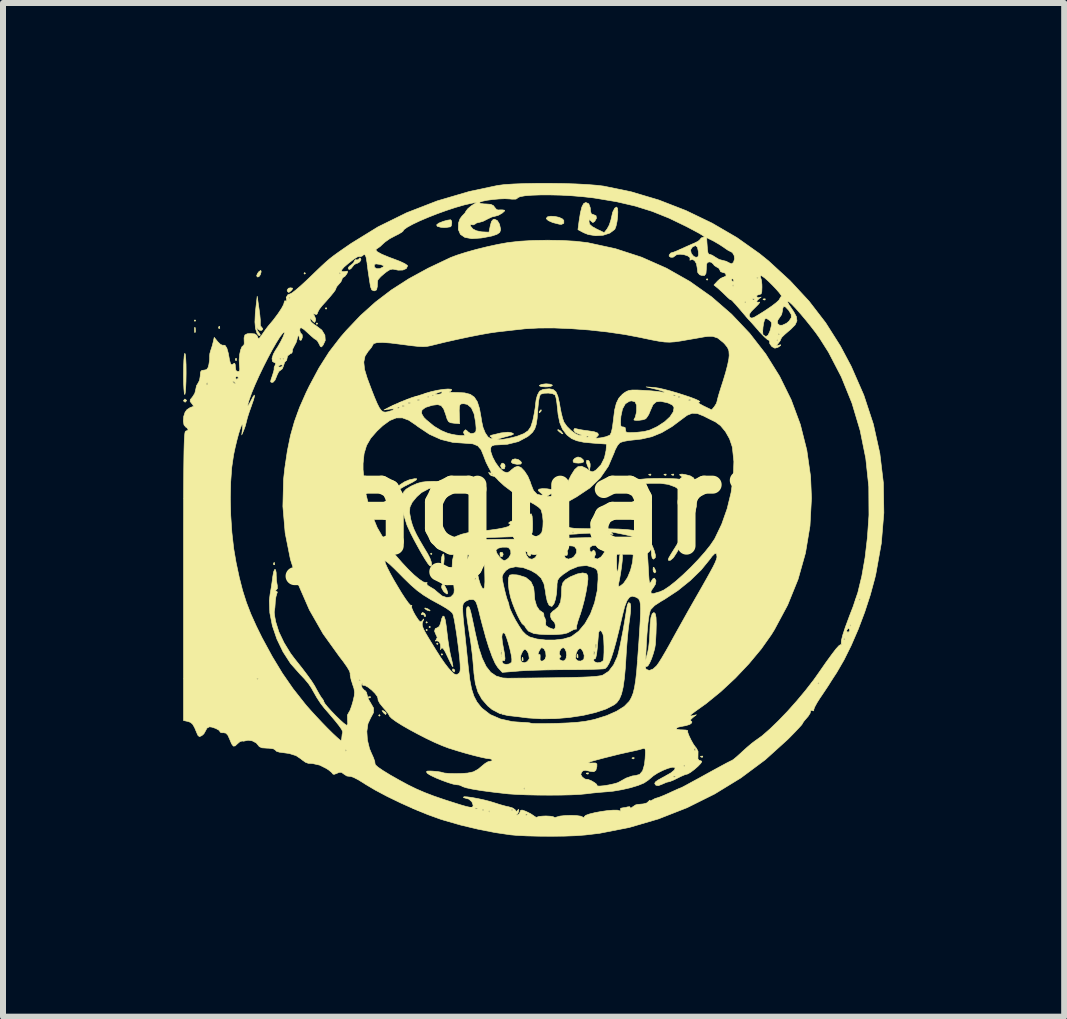
<source format=kicad_pcb>
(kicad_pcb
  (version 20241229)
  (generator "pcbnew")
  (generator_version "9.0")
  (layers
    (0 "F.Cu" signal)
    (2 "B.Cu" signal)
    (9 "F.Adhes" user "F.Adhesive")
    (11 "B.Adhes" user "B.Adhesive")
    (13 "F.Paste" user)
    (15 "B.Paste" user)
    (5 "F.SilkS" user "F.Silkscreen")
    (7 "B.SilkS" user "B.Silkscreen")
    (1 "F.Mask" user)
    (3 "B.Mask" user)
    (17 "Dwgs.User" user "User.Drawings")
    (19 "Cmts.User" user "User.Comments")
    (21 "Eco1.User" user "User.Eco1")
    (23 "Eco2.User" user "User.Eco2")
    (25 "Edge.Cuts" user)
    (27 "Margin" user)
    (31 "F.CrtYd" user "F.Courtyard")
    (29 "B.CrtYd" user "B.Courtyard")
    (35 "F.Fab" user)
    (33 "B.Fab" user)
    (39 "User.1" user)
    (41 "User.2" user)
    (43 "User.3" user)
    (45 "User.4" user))
  (footprint "jaguar1"
    (layer "F.Cu")
    (at 6.104 5.353)
    (property "Reference" "jaguar1" (at 0 0 0) (layer "F.SilkS") (effects (font (size 1.524 1.524) (thickness 0.3))))
    (attr through_hole)
    (fp_poly (pts (xy -5.893 -3.061) (xy -5.905 -3.048) (xy -5.918 -3.061) (xy -5.905 -3.073) (xy -5.893 -3.061)) (stroke (width 0.01) (type solid)) (fill yes) (layer "F.SilkS"))
    (fp_poly (pts (xy -4.064 -3.848) (xy -4.077 -3.835) (xy -4.089 -3.848) (xy -4.077 -3.861) (xy -4.064 -3.848)) (stroke (width 0.01) (type solid)) (fill yes) (layer "F.SilkS"))
    (fp_poly (pts (xy -3.861 -3.01) (xy -3.873 -2.997) (xy -3.886 -3.01) (xy -3.873 -3.023) (xy -3.861 -3.01)) (stroke (width 0.01) (type solid)) (fill yes) (layer "F.SilkS"))
    (fp_poly (pts (xy -3.708 -3.264) (xy -3.721 -3.251) (xy -3.734 -3.264) (xy -3.721 -3.277) (xy -3.708 -3.264)) (stroke (width 0.01) (type solid)) (fill yes) (layer "F.SilkS"))
    (fp_poly (pts (xy -2.819 3.518) (xy -2.832 3.531) (xy -2.845 3.518) (xy -2.832 3.505) (xy -2.819 3.518)) (stroke (width 0.01) (type solid)) (fill yes) (layer "F.SilkS"))
    (fp_poly (pts (xy -2.032 1.968) (xy -2.045 1.981) (xy -2.057 1.968) (xy -2.045 1.956) (xy -2.032 1.968)) (stroke (width 0.01) (type solid)) (fill yes) (layer "F.SilkS"))
    (fp_poly (pts (xy -2.032 2.095) (xy -2.045 2.108) (xy -2.057 2.095) (xy -2.045 2.083) (xy -2.032 2.095)) (stroke (width 0.01) (type solid)) (fill yes) (layer "F.SilkS"))
    (fp_poly (pts (xy -1.981 2.045) (xy -1.994 2.057) (xy -2.007 2.045) (xy -1.994 2.032) (xy -1.981 2.045)) (stroke (width 0.01) (type solid)) (fill yes) (layer "F.SilkS"))
    (fp_poly (pts (xy -1.956 0.826) (xy -1.968 0.838) (xy -1.981 0.826) (xy -1.968 0.813) (xy -1.956 0.826)) (stroke (width 0.01) (type solid)) (fill yes) (layer "F.SilkS"))
    (fp_poly (pts (xy -1.854 2.324) (xy -1.867 2.337) (xy -1.88 2.324) (xy -1.867 2.311) (xy -1.854 2.324)) (stroke (width 0.01) (type solid)) (fill yes) (layer "F.SilkS"))
    (fp_poly (pts (xy -1.778 2.502) (xy -1.791 2.515) (xy -1.803 2.502) (xy -1.791 2.489) (xy -1.778 2.502)) (stroke (width 0.01) (type solid)) (fill yes) (layer "F.SilkS"))
    (fp_poly (pts (xy 2.642 -3.747) (xy 2.629 -3.734) (xy 2.616 -3.747) (xy 2.629 -3.759) (xy 2.642 -3.747)) (stroke (width 0.01) (type solid)) (fill yes) (layer "F.SilkS"))
    (fp_poly (pts (xy -5.495 -2.963) (xy -5.492 -2.933) (xy -5.495 -2.929) (xy -5.51 -2.933) (xy -5.512 -2.946) (xy -5.503 -2.967) (xy -5.495 -2.963)) (stroke (width 0.01) (type solid)) (fill yes) (layer "F.SilkS"))
    (fp_poly (pts (xy -5.215 -2.43) (xy -5.212 -2.4) (xy -5.215 -2.396) (xy -5.231 -2.4) (xy -5.232 -2.413) (xy -5.223 -2.434) (xy -5.215 -2.43)) (stroke (width 0.01) (type solid)) (fill yes) (layer "F.SilkS"))
    (fp_poly (pts (xy -4.58 0.974) (xy -4.577 1.004) (xy -4.58 1.008) (xy -4.596 1.004) (xy -4.597 0.991) (xy -4.588 0.97) (xy -4.58 0.974)) (stroke (width 0.01) (type solid)) (fill yes) (layer "F.SilkS"))
    (fp_poly (pts (xy -2.98 3.209) (xy -2.984 3.224) (xy -2.997 3.226) (xy -3.018 3.217) (xy -3.014 3.209) (xy -2.984 3.206) (xy -2.98 3.209)) (stroke (width 0.01) (type solid)) (fill yes) (layer "F.SilkS"))
    (fp_poly (pts (xy -0.44 2.561) (xy -0.437 2.6) (xy -0.442 2.609) (xy -0.453 2.602) (xy -0.455 2.576) (xy -0.449 2.549) (xy -0.44 2.561)) (stroke (width 0.01) (type solid)) (fill yes) (layer "F.SilkS"))
    (fp_poly (pts (xy 0.475 2.51) (xy 0.478 2.55) (xy 0.473 2.559) (xy 0.461 2.551) (xy 0.459 2.525) (xy 0.465 2.498) (xy 0.475 2.51)) (stroke (width 0.01) (type solid)) (fill yes) (layer "F.SilkS"))
    (fp_poly (pts (xy 0.652 4.479) (xy 0.648 4.494) (xy 0.635 4.496) (xy 0.614 4.487) (xy 0.618 4.479) (xy 0.648 4.476) (xy 0.652 4.479)) (stroke (width 0.01) (type solid)) (fill yes) (layer "F.SilkS"))
    (fp_poly (pts (xy 1.414 4.225) (xy 1.41 4.24) (xy 1.397 4.242) (xy 1.376 4.233) (xy 1.38 4.225) (xy 1.41 4.222) (xy 1.414 4.225)) (stroke (width 0.01) (type solid)) (fill yes) (layer "F.SilkS"))
    (fp_poly (pts (xy 1.693 -0.5) (xy 1.69 -0.484) (xy 1.676 -0.483) (xy 1.655 -0.492) (xy 1.659 -0.5) (xy 1.69 -0.503) (xy 1.693 -0.5)) (stroke (width 0.01) (type solid)) (fill yes) (layer "F.SilkS"))
    (fp_poly (pts (xy 1.947 -0.5) (xy 1.944 -0.484) (xy 1.93 -0.483) (xy 1.909 -0.492) (xy 1.913 -0.5) (xy 1.944 -0.503) (xy 1.947 -0.5)) (stroke (width 0.01) (type solid)) (fill yes) (layer "F.SilkS"))
    (fp_poly (pts (xy 2.074 -0.5) (xy 2.071 -0.484) (xy 2.057 -0.483) (xy 2.036 -0.492) (xy 2.04 -0.5) (xy 2.071 -0.503) (xy 2.074 -0.5)) (stroke (width 0.01) (type solid)) (fill yes) (layer "F.SilkS"))
    (fp_poly (pts (xy 2.557 4.199) (xy 2.553 4.215) (xy 2.54 4.216) (xy 2.519 4.207) (xy 2.523 4.199) (xy 2.553 4.196) (xy 2.557 4.199)) (stroke (width 0.01) (type solid)) (fill yes) (layer "F.SilkS"))
    (fp_poly (pts (xy 3.598 -3.421) (xy 3.595 -3.405) (xy 3.581 -3.404) (xy 3.56 -3.413) (xy 3.564 -3.421) (xy 3.595 -3.424) (xy 3.598 -3.421)) (stroke (width 0.01) (type solid)) (fill yes) (layer "F.SilkS"))
    (fp_poly (pts (xy 0.182 -1.227) (xy 0.203 -1.206) (xy 0.226 -1.174) (xy 0.211 -1.176) (xy 0.167 -1.207) (xy 0.139 -1.235) (xy 0.144 -1.245) (xy 0.182 -1.227)) (stroke (width 0.01) (type solid)) (fill yes) (layer "F.SilkS"))
    (fp_poly (pts (xy -6.046 -1.733) (xy -6.045 -1.727) (xy -6.065 -1.703) (xy -6.071 -1.702) (xy -6.095 -1.721) (xy -6.096 -1.727) (xy -6.077 -1.752) (xy -6.071 -1.753) (xy -6.046 -1.733)) (stroke (width 0.01) (type solid)) (fill yes) (layer "F.SilkS"))
    (fp_poly (pts (xy -5.902 -2.944) (xy -5.901 -2.94) (xy -5.897 -2.884) (xy -5.902 -2.863) (xy -5.91 -2.863) (xy -5.913 -2.902) (xy -5.913 -2.908) (xy -5.91 -2.948) (xy -5.902 -2.944)) (stroke (width 0.01) (type solid)) (fill yes) (layer "F.SilkS"))
    (fp_poly (pts (xy -4.802 -3.874) (xy -4.816 -3.825) (xy -4.841 -3.791) (xy -4.868 -3.788) (xy -4.877 -3.812) (xy -4.86 -3.85) (xy -4.839 -3.877) (xy -4.808 -3.897) (xy -4.802 -3.874)) (stroke (width 0.01) (type solid)) (fill yes) (layer "F.SilkS"))
    (fp_poly (pts (xy -2.768 3.441) (xy -2.759 3.444) (xy -2.724 3.469) (xy -2.718 3.483) (xy -2.727 3.504) (xy -2.756 3.482) (xy -2.769 3.467) (xy -2.788 3.439) (xy -2.768 3.441)) (stroke (width 0.01) (type solid)) (fill yes) (layer "F.SilkS"))
    (fp_poly (pts (xy -2.028 1.741) (xy -2.007 1.753) (xy -1.986 1.773) (xy -1.994 1.777) (xy -2.036 1.765) (xy -2.057 1.753) (xy -2.078 1.732) (xy -2.07 1.728) (xy -2.028 1.741)) (stroke (width 0.01) (type solid)) (fill yes) (layer "F.SilkS"))
    (fp_poly (pts (xy -1.576 2.762) (xy -1.575 2.769) (xy -1.583 2.793) (xy -1.586 2.794) (xy -1.608 2.776) (xy -1.613 2.769) (xy -1.611 2.745) (xy -1.602 2.743) (xy -1.576 2.762)) (stroke (width 0.01) (type solid)) (fill yes) (layer "F.SilkS"))
    (fp_poly (pts (xy -0.784 0.802) (xy -0.769 0.831) (xy -0.78 0.866) (xy -0.781 0.868) (xy -0.809 0.873) (xy -0.821 0.853) (xy -0.823 0.812) (xy -0.813 0.8) (xy -0.784 0.802)) (stroke (width 0.01) (type solid)) (fill yes) (layer "F.SilkS"))
    (fp_poly (pts (xy -0.744 -0.665) (xy -0.737 -0.635) (xy -0.749 -0.591) (xy -0.781 -0.589) (xy -0.796 -0.601) (xy -0.813 -0.642) (xy -0.798 -0.677) (xy -0.775 -0.686) (xy -0.744 -0.665)) (stroke (width 0.01) (type solid)) (fill yes) (layer "F.SilkS"))
    (fp_poly (pts (xy -0.309 0.808) (xy -0.305 0.826) (xy -0.317 0.859) (xy -0.327 0.864) (xy -0.355 0.843) (xy -0.365 0.826) (xy -0.361 0.793) (xy -0.342 0.787) (xy -0.309 0.808)) (stroke (width 0.01) (type solid)) (fill yes) (layer "F.SilkS"))
    (fp_poly (pts (xy -0.135 -1.558) (xy -0.14 -1.549) (xy -0.164 -1.525) (xy -0.168 -1.524) (xy -0.17 -1.54) (xy -0.165 -1.549) (xy -0.141 -1.574) (xy -0.137 -1.575) (xy -0.135 -1.558)) (stroke (width 0.01) (type solid)) (fill yes) (layer "F.SilkS"))
    (fp_poly (pts (xy 0.663 -0.719) (xy 0.68 -0.674) (xy 0.68 -0.632) (xy 0.67 -0.572) (xy 0.636 -0.641) (xy 0.617 -0.698) (xy 0.622 -0.732) (xy 0.647 -0.732) (xy 0.663 -0.719)) (stroke (width 0.01) (type solid)) (fill yes) (layer "F.SilkS"))
    (fp_poly (pts (xy 1.747 1.058) (xy 1.753 1.067) (xy 1.776 1.119) (xy 1.761 1.142) (xy 1.753 1.143) (xy 1.733 1.121) (xy 1.728 1.086) (xy 1.732 1.049) (xy 1.747 1.058)) (stroke (width 0.01) (type solid)) (fill yes) (layer "F.SilkS"))
    (fp_poly (pts (xy -4.278 -3.601) (xy -4.286 -3.578) (xy -4.293 -3.569) (xy -4.329 -3.537) (xy -4.347 -3.531) (xy -4.366 -3.551) (xy -4.369 -3.569) (xy -4.347 -3.6) (xy -4.315 -3.607) (xy -4.278 -3.601)) (stroke (width 0.01) (type solid)) (fill yes) (layer "F.SilkS"))
    (fp_poly (pts (xy -1.755 0.859) (xy -1.753 0.908) (xy -1.758 0.974) (xy -1.771 1.012) (xy -1.778 1.016) (xy -1.796 0.994) (xy -1.803 0.946) (xy -1.794 0.88) (xy -1.778 0.838) (xy -1.762 0.827) (xy -1.755 0.859)) (stroke (width 0.01) (type solid)) (fill yes) (layer "F.SilkS"))
    (fp_poly (pts (xy -1.748 1.349) (xy -1.714 1.414) (xy -1.707 1.429) (xy -1.692 1.482) (xy -1.706 1.496) (xy -1.745 1.468) (xy -1.764 1.449) (xy -1.795 1.392) (xy -1.793 1.356) (xy -1.773 1.33) (xy -1.748 1.349)) (stroke (width 0.01) (type solid)) (fill yes) (layer "F.SilkS"))
    (fp_poly (pts (xy -2.077 1.821) (xy -2.061 1.855) (xy -2.068 1.873) (xy -2.081 1.868) (xy -2.083 1.857) (xy -2.098 1.838) (xy -2.108 1.841) (xy -2.132 1.839) (xy -2.134 1.83) (xy -2.116 1.804) (xy -2.11 1.803) (xy -2.077 1.821)) (stroke (width 0.01) (type solid)) (fill yes) (layer "F.SilkS"))
    (fp_poly (pts (xy -0.519 -0.746) (xy -0.476 -0.714) (xy -0.463 -0.69) (xy -0.477 -0.67) (xy -0.537 -0.666) (xy -0.544 -0.667) (xy -0.607 -0.679) (xy -0.635 -0.703) (xy -0.635 -0.706) (xy -0.616 -0.744) (xy -0.572 -0.757) (xy -0.519 -0.746)) (stroke (width 0.01) (type solid)) (fill yes) (layer "F.SilkS"))
    (fp_poly (pts (xy 0.014 -2.001) (xy 0.048 -1.987) (xy 0.051 -1.981) (xy 0.028 -1.966) (xy -0.029 -1.957) (xy -0.065 -1.956) (xy -0.136 -1.961) (xy -0.166 -1.974) (xy -0.165 -1.981) (xy -0.132 -1.997) (xy -0.069 -2.006) (xy -0.049 -2.007) (xy 0.014 -2.001)) (stroke (width 0.01) (type solid)) (fill yes) (layer "F.SilkS"))
    (fp_poly (pts (xy 0.529 -0.773) (xy 0.564 -0.742) (xy 0.572 -0.71) (xy 0.567 -0.703) (xy 0.531 -0.69) (xy 0.483 -0.686) (xy 0.426 -0.691) (xy 0.398 -0.703) (xy 0.396 -0.733) (xy 0.425 -0.766) (xy 0.469 -0.786) (xy 0.483 -0.787) (xy 0.529 -0.773)) (stroke (width 0.01) (type solid)) (fill yes) (layer "F.SilkS"))
    (fp_poly (pts (xy 0.093 -4.796) (xy 0.163 -4.781) (xy 0.218 -4.755) (xy 0.241 -4.73) (xy 0.241 -4.683) (xy 0.203 -4.664) (xy 0.165 -4.667) (xy 0.058 -4.694) (xy -0.016 -4.726) (xy -0.05 -4.758) (xy -0.051 -4.764) (xy -0.03 -4.79) (xy 0.024 -4.8) (xy 0.093 -4.796)) (stroke (width 0.01) (type solid)) (fill yes) (layer "F.SilkS"))
    (fp_poly (pts (xy -1.628 -4.719) (xy -1.626 -4.687) (xy -1.634 -4.639) (xy -1.649 -4.623) (xy -1.694 -4.617) (xy -1.706 -4.614) (xy -1.756 -4.611) (xy -1.81 -4.616) (xy -1.868 -4.632) (xy -1.878 -4.656) (xy -1.844 -4.684) (xy -1.766 -4.715) (xy -1.695 -4.734) (xy -1.645 -4.741) (xy -1.628 -4.719)) (stroke (width 0.01) (type solid)) (fill yes) (layer "F.SilkS"))
    (fp_poly (pts (xy -2.21 -0.425) (xy -2.218 -0.406) (xy -2.274 -0.371) (xy -2.326 -0.344) (xy -2.412 -0.301) (xy -2.484 -0.259) (xy -2.521 -0.234) (xy -2.556 -0.212) (xy -2.565 -0.226) (xy -2.544 -0.272) (xy -2.489 -0.325) (xy -2.415 -0.373) (xy -2.335 -0.407) (xy -2.331 -0.408) (xy -2.247 -0.426) (xy -2.21 -0.425)) (stroke (width 0.01) (type solid)) (fill yes) (layer "F.SilkS"))
    (fp_poly (pts (xy -6.065 -2.491) (xy -6.059 -2.425) (xy -6.054 -2.328) (xy -6.053 -2.207) (xy -6.053 -2.172) (xy -6.055 -2.046) (xy -6.06 -1.942) (xy -6.066 -1.867) (xy -6.073 -1.831) (xy -6.076 -1.829) (xy -6.083 -1.853) (xy -6.089 -1.918) (xy -6.094 -2.016) (xy -6.096 -2.136) (xy -6.096 -2.172) (xy -6.094 -2.297) (xy -6.09 -2.402) (xy -6.084 -2.477) (xy -6.076 -2.513) (xy -6.073 -2.515) (xy -6.065 -2.491)) (stroke (width 0.01) (type solid)) (fill yes) (layer "F.SilkS"))
    (fp_poly (pts (xy -3.148 -4.101) (xy -3.139 -4.074) (xy -3.16 -4.039) (xy -3.199 -4.016) (xy -3.215 -4.013) (xy -3.253 -3.993) (xy -3.277 -3.962) (xy -3.309 -3.923) (xy -3.339 -3.912) (xy -3.353 -3.936) (xy -3.353 -3.936) (xy -3.333 -3.966) (xy -3.302 -3.988) (xy -3.262 -4.024) (xy -3.251 -4.051) (xy -3.234 -4.076) (xy -3.213 -4.073) (xy -3.181 -4.075) (xy -3.175 -4.088) (xy -3.159 -4.105) (xy -3.148 -4.101)) (stroke (width 0.01) (type solid)) (fill yes) (layer "F.SilkS"))
    (fp_poly (pts (xy -4.837 -3.253) (xy -4.824 -3.152) (xy -4.816 -3.068) (xy -4.816 -3.016) (xy -4.817 -3.008) (xy -4.812 -2.969) (xy -4.802 -2.96) (xy -4.777 -2.928) (xy -4.775 -2.92) (xy -4.793 -2.898) (xy -4.829 -2.9) (xy -4.858 -2.924) (xy -4.86 -2.927) (xy -4.872 -2.944) (xy -4.875 -2.929) (xy -4.86 -2.888) (xy -4.839 -2.861) (xy -4.817 -2.826) (xy -4.822 -2.809) (xy -4.848 -2.818) (xy -4.872 -2.852) (xy -4.897 -2.93) (xy -4.906 -3.037) (xy -4.9 -3.18) (xy -4.89 -3.277) (xy -4.868 -3.467) (xy -4.837 -3.253)) (stroke (width 0.01) (type solid)) (fill yes) (layer "F.SilkS"))
    (fp_poly (pts (xy -1.752 1.872) (xy -1.734 1.929) (xy -1.717 2.037) (xy -1.704 2.146) (xy -1.688 2.276) (xy -1.668 2.405) (xy -1.647 2.515) (xy -1.638 2.55) (xy -1.619 2.63) (xy -1.608 2.687) (xy -1.607 2.708) (xy -1.621 2.691) (xy -1.649 2.638) (xy -1.686 2.561) (xy -1.69 2.552) (xy -1.736 2.456) (xy -1.769 2.404) (xy -1.792 2.391) (xy -1.808 2.413) (xy -1.811 2.419) (xy -1.815 2.423) (xy -1.811 2.392) (xy -1.815 2.332) (xy -1.84 2.287) (xy -1.876 2.274) (xy -1.889 2.278) (xy -1.901 2.279) (xy -1.886 2.257) (xy -1.868 2.217) (xy -1.89 2.171) (xy -1.89 2.171) (xy -1.913 2.115) (xy -1.901 2.072) (xy -1.865 2.057) (xy -1.835 2.036) (xy -1.814 1.988) (xy -1.792 1.901) (xy -1.771 1.862) (xy -1.752 1.872)) (stroke (width 0.01) (type solid)) (fill yes) (layer "F.SilkS"))
    (fp_poly (pts (xy 0.657 -5.007) (xy 0.682 -4.94) (xy 0.686 -4.887) (xy 0.699 -4.839) (xy 0.737 -4.826) (xy 0.778 -4.808) (xy 0.785 -4.766) (xy 0.756 -4.714) (xy 0.756 -4.714) (xy 0.725 -4.694) (xy 0.695 -4.719) (xy 0.693 -4.721) (xy 0.67 -4.746) (xy 0.662 -4.727) (xy 0.661 -4.705) (xy 0.673 -4.664) (xy 0.716 -4.626) (xy 0.787 -4.587) (xy 0.914 -4.526) (xy 0.963 -4.588) (xy 0.999 -4.654) (xy 1.026 -4.738) (xy 1.03 -4.757) (xy 1.056 -4.868) (xy 1.089 -4.934) (xy 1.122 -4.953) (xy 1.136 -4.931) (xy 1.141 -4.873) (xy 1.138 -4.795) (xy 1.128 -4.712) (xy 1.112 -4.638) (xy 1.093 -4.587) (xy 1.089 -4.581) (xy 1.008 -4.519) (xy 0.897 -4.483) (xy 0.772 -4.475) (xy 0.648 -4.495) (xy 0.575 -4.524) (xy 0.477 -4.576) (xy 0.494 -4.707) (xy 0.517 -4.854) (xy 0.542 -4.954) (xy 0.572 -5.011) (xy 0.608 -5.029) (xy 0.608 -5.029) (xy 0.657 -5.007)) (stroke (width 0.01) (type solid)) (fill yes) (layer "F.SilkS"))
    (fp_poly (pts (xy -1.804 -0.382) (xy -1.674 -0.377) (xy -1.564 -0.369) (xy -1.556 -0.368) (xy -1.467 -0.355) (xy -1.419 -0.34) (xy -1.399 -0.318) (xy -1.397 -0.3) (xy -1.406 -0.265) (xy -1.443 -0.26) (xy -1.467 -0.264) (xy -1.681 -0.294) (xy -1.859 -0.294) (xy -2.007 -0.261) (xy -2.131 -0.195) (xy -2.211 -0.123) (xy -2.285 -0.033) (xy -2.323 0.047) (xy -2.33 0.134) (xy -2.31 0.246) (xy -2.304 0.271) (xy -2.282 0.347) (xy -2.253 0.422) (xy -2.213 0.506) (xy -2.157 0.607) (xy -2.081 0.737) (xy -2.029 0.823) (xy -1.99 0.897) (xy -1.967 0.963) (xy -1.961 1.011) (xy -1.975 1.03) (xy -1.995 1.022) (xy -2.024 0.987) (xy -2.07 0.917) (xy -2.128 0.821) (xy -2.19 0.71) (xy -2.253 0.594) (xy -2.31 0.483) (xy -2.355 0.386) (xy -2.373 0.345) (xy -2.436 0.145) (xy -2.46 -0.026) (xy -2.447 -0.152) (xy -2.426 -0.208) (xy -2.387 -0.251) (xy -2.318 -0.294) (xy -2.285 -0.311) (xy -2.202 -0.347) (xy -2.123 -0.369) (xy -2.029 -0.38) (xy -1.93 -0.383) (xy -1.804 -0.382)) (stroke (width 0.01) (type solid)) (fill yes) (layer "F.SilkS"))
    (fp_poly (pts (xy -0.287 0.199) (xy -0.28 0.288) (xy -0.279 0.327) (xy -0.28 0.42) (xy -0.287 0.474) (xy -0.303 0.502) (xy -0.332 0.516) (xy -0.349 0.52) (xy -0.398 0.527) (xy -0.487 0.534) (xy -0.606 0.54) (xy -0.745 0.545) (xy -0.838 0.548) (xy -0.99 0.553) (xy -1.134 0.56) (xy -1.258 0.57) (xy -1.351 0.581) (xy -1.384 0.587) (xy -1.508 0.626) (xy -1.618 0.677) (xy -1.699 0.733) (xy -1.721 0.756) (xy -1.746 0.778) (xy -1.753 0.766) (xy -1.733 0.712) (xy -1.684 0.645) (xy -1.618 0.58) (xy -1.549 0.533) (xy -1.464 0.5) (xy -1.366 0.476) (xy -1.346 0.473) (xy -1.27 0.464) (xy -1.162 0.451) (xy -1.039 0.436) (xy -0.978 0.429) (xy -0.864 0.413) (xy -0.766 0.394) (xy -0.696 0.375) (xy -0.674 0.365) (xy -0.647 0.339) (xy -0.656 0.33) (xy -0.677 0.316) (xy -0.673 0.305) (xy -0.637 0.282) (xy -0.581 0.278) (xy -0.524 0.289) (xy -0.482 0.312) (xy -0.473 0.343) (xy -0.466 0.375) (xy -0.429 0.395) (xy -0.383 0.397) (xy -0.353 0.377) (xy -0.349 0.336) (xy -0.365 0.32) (xy -0.385 0.296) (xy -0.377 0.257) (xy -0.363 0.225) (xy -0.328 0.168) (xy -0.302 0.159) (xy -0.287 0.199)) (stroke (width 0.01) (type solid)) (fill yes) (layer "F.SilkS"))
    (fp_poly (pts (xy 2.264 -0.495) (xy 2.346 -0.474) (xy 2.4 -0.442) (xy 2.433 -0.388) (xy 2.45 -0.303) (xy 2.457 -0.193) (xy 2.459 -0.066) (xy 2.45 0.035) (xy 2.426 0.137) (xy 2.402 0.213) (xy 2.363 0.317) (xy 2.309 0.439) (xy 2.248 0.569) (xy 2.184 0.694) (xy 2.125 0.801) (xy 2.076 0.877) (xy 2.062 0.895) (xy 2.019 0.932) (xy 1.989 0.937) (xy 1.981 0.918) (xy 1.994 0.888) (xy 2.029 0.828) (xy 2.079 0.748) (xy 2.095 0.723) (xy 2.184 0.577) (xy 2.245 0.447) (xy 2.284 0.316) (xy 2.308 0.179) (xy 2.318 0.035) (xy 2.301 -0.075) (xy 2.255 -0.163) (xy 2.194 -0.225) (xy 2.095 -0.29) (xy 1.983 -0.331) (xy 1.846 -0.35) (xy 1.675 -0.35) (xy 1.637 -0.347) (xy 1.521 -0.341) (xy 1.448 -0.341) (xy 1.41 -0.349) (xy 1.397 -0.363) (xy 1.397 -0.366) (xy 1.4 -0.368) (xy 2.337 -0.368) (xy 2.349 -0.356) (xy 2.362 -0.368) (xy 2.349 -0.381) (xy 2.337 -0.368) (xy 1.4 -0.368) (xy 1.421 -0.391) (xy 1.488 -0.411) (xy 1.515 -0.416) (xy 1.614 -0.425) (xy 1.738 -0.43) (xy 1.873 -0.431) (xy 2.005 -0.429) (xy 2.121 -0.423) (xy 2.205 -0.413) (xy 2.229 -0.408) (xy 2.291 -0.394) (xy 2.307 -0.398) (xy 2.276 -0.422) (xy 2.233 -0.446) (xy 2.178 -0.48) (xy 2.172 -0.499) (xy 2.213 -0.503) (xy 2.264 -0.495)) (stroke (width 0.01) (type solid)) (fill yes) (layer "F.SilkS"))
    (fp_poly (pts (xy 0.615 1.155) (xy 0.64 1.187) (xy 0.643 1.247) (xy 0.632 1.342) (xy 0.612 1.461) (xy 0.584 1.592) (xy 0.55 1.721) (xy 0.515 1.836) (xy 0.507 1.856) (xy 0.476 1.948) (xy 0.456 2.022) (xy 0.451 2.065) (xy 0.452 2.07) (xy 0.452 2.081) (xy 0.445 2.079) (xy 0.408 2.087) (xy 0.353 2.116) (xy 0.347 2.12) (xy 0.294 2.146) (xy 0.222 2.162) (xy 0.119 2.17) (xy 0.055 2.172) (xy -0.06 2.171) (xy -0.168 2.165) (xy -0.249 2.155) (xy -0.262 2.152) (xy -0.349 2.113) (xy -0.387 2.067) (xy -0.414 2.022) (xy -0.434 2.007) (xy -0.457 1.985) (xy -0.492 1.926) (xy -0.534 1.843) (xy -0.576 1.746) (xy -0.615 1.646) (xy -0.644 1.557) (xy -0.648 1.542) (xy -0.673 1.421) (xy -0.684 1.314) (xy -0.681 1.231) (xy -0.663 1.184) (xy -0.659 1.18) (xy -0.619 1.173) (xy -0.55 1.176) (xy -0.515 1.181) (xy -0.393 1.219) (xy -0.307 1.289) (xy -0.261 1.387) (xy -0.254 1.452) (xy -0.243 1.589) (xy -0.212 1.696) (xy -0.165 1.766) (xy -0.139 1.783) (xy -0.099 1.811) (xy -0.092 1.834) (xy -0.09 1.87) (xy -0.076 1.892) (xy -0.058 1.945) (xy -0.062 1.976) (xy -0.059 2.019) (xy -0.012 2.053) (xy 0.044 2.075) (xy 0.077 2.083) (xy 0.097 2.063) (xy 0.101 2.019) (xy 0.089 1.972) (xy 0.067 1.948) (xy 0.036 1.915) (xy 0.02 1.872) (xy 0.023 1.82) (xy 0.061 1.779) (xy 0.082 1.766) (xy 0.148 1.709) (xy 0.187 1.629) (xy 0.202 1.514) (xy 0.203 1.474) (xy 0.207 1.372) (xy 0.226 1.306) (xy 0.268 1.258) (xy 0.342 1.213) (xy 0.358 1.205) (xy 0.466 1.161) (xy 0.554 1.144) (xy 0.615 1.155)) (stroke (width 0.01) (type solid)) (fill yes) (layer "F.SilkS"))
    (fp_poly (pts (xy 1.347 1.653) (xy 1.349 1.658) (xy 1.356 1.701) (xy 1.353 1.783) (xy 1.341 1.893) (xy 1.333 1.947) (xy 1.315 2.084) (xy 1.299 2.247) (xy 1.286 2.41) (xy 1.281 2.489) (xy 1.267 2.72) (xy 1.25 2.905) (xy 1.229 3.051) (xy 1.202 3.163) (xy 1.168 3.245) (xy 1.125 3.305) (xy 1.081 3.341) (xy 0.945 3.411) (xy 0.768 3.47) (xy 0.562 3.518) (xy 0.337 3.552) (xy 0.102 3.572) (xy -0.13 3.575) (xy -0.352 3.561) (xy -0.419 3.553) (xy -0.526 3.539) (xy -0.633 3.527) (xy -0.686 3.522) (xy -0.792 3.497) (xy -0.787 3.493) (xy -0.8 3.48) (xy -0.812 3.492) (xy -0.82 3.49) (xy -0.951 3.422) (xy -1.025 3.361) (xy -1.123 3.249) (xy -1.19 3.129) (xy -1.233 2.986) (xy -1.257 2.81) (xy -1.258 2.785) (xy -1.28 2.534) (xy -1.31 2.295) (xy -1.344 2.083) (xy -1.368 1.932) (xy -1.381 1.825) (xy -1.383 1.756) (xy -1.373 1.718) (xy -1.359 1.706) (xy -1.347 1.706) (xy -1.335 1.718) (xy -1.323 1.749) (xy -1.307 1.806) (xy -1.287 1.894) (xy -1.26 2.02) (xy -1.231 2.159) (xy -1.178 2.386) (xy -1.119 2.566) (xy -1.053 2.703) (xy -0.976 2.801) (xy -0.885 2.863) (xy -0.778 2.894) (xy -0.693 2.899) (xy -0.627 2.898) (xy -0.52 2.897) (xy -0.379 2.896) (xy -0.213 2.894) (xy -0.031 2.892) (xy 0.127 2.89) (xy 0.356 2.886) (xy 0.538 2.881) (xy 0.679 2.875) (xy 0.783 2.867) (xy 0.854 2.857) (xy 0.891 2.847) (xy 0.988 2.784) (xy 1.071 2.676) (xy 1.134 2.538) (xy 1.152 2.472) (xy 1.176 2.367) (xy 1.202 2.237) (xy 1.23 2.094) (xy 1.255 1.948) (xy 1.277 1.813) (xy 1.285 1.755) (xy 1.302 1.671) (xy 1.322 1.637) (xy 1.347 1.653)) (stroke (width 0.01) (type solid)) (fill yes) (layer "F.SilkS"))
    (fp_poly (pts (xy 0.234 -5.345) (xy 0.444 -5.338) (xy 0.635 -5.328) (xy 0.797 -5.315) (xy 0.904 -5.302) (xy 1.364 -5.207) (xy 1.824 -5.07) (xy 2.277 -4.894) (xy 2.713 -4.684) (xy 3.125 -4.444) (xy 3.502 -4.177) (xy 3.653 -4.055) (xy 4.012 -3.725) (xy 4.328 -3.384) (xy 4.605 -3.024) (xy 4.851 -2.636) (xy 5.03 -2.299) (xy 5.24 -1.819) (xy 5.399 -1.336) (xy 5.507 -0.849) (xy 5.566 -0.356) (xy 5.574 0.143) (xy 5.532 0.649) (xy 5.44 1.164) (xy 5.423 1.236) (xy 5.348 1.512) (xy 5.255 1.797) (xy 5.148 2.081) (xy 5.031 2.351) (xy 4.91 2.595) (xy 4.79 2.802) (xy 4.781 2.816) (xy 4.728 2.897) (xy 4.685 2.964) (xy 4.661 3.003) (xy 4.635 3.043) (xy 4.589 3.112) (xy 4.532 3.197) (xy 4.513 3.224) (xy 4.46 3.308) (xy 4.422 3.378) (xy 4.406 3.421) (xy 4.407 3.429) (xy 4.402 3.443) (xy 4.379 3.437) (xy 4.349 3.433) (xy 4.352 3.448) (xy 4.346 3.481) (xy 4.313 3.533) (xy 4.294 3.555) (xy 4.248 3.608) (xy 4.222 3.645) (xy 4.22 3.653) (xy 4.204 3.676) (xy 4.157 3.728) (xy 4.087 3.802) (xy 4.001 3.89) (xy 3.971 3.92) (xy 3.598 4.257) (xy 3.191 4.56) (xy 2.755 4.827) (xy 2.295 5.056) (xy 1.818 5.243) (xy 1.33 5.386) (xy 0.835 5.483) (xy 0.597 5.511) (xy 0.438 5.523) (xy 0.248 5.53) (xy 0.039 5.532) (xy -0.173 5.531) (xy -0.373 5.526) (xy -0.548 5.517) (xy -0.648 5.508) (xy -0.906 5.47) (xy -1.19 5.414) (xy -1.479 5.345) (xy -1.751 5.267) (xy -1.821 5.245) (xy -2.026 5.171) (xy -2.155 5.118) (xy -1.016 5.118) (xy -1.003 5.131) (xy -0.991 5.118) (xy -1.003 5.105) (xy -1.016 5.118) (xy -2.155 5.118) (xy -2.217 5.093) (xy -1.118 5.093) (xy -1.105 5.105) (xy -1.092 5.093) (xy -0.635 5.093) (xy -0.622 5.105) (xy -0.61 5.093) (xy -0.622 5.08) (xy -0.635 5.093) (xy -1.092 5.093) (xy -1.105 5.08) (xy -1.118 5.093) (xy -2.217 5.093) (xy -2.249 5.079) (xy -2.286 5.063) (xy -1.236 5.063) (xy -1.233 5.078) (xy -1.219 5.08) (xy -1.198 5.071) (xy -1.202 5.063) (xy -1.232 5.06) (xy -1.236 5.063) (xy -2.286 5.063) (xy -2.478 4.977) (xy -2.699 4.87) (xy -2.899 4.764) (xy -3.066 4.665) (xy -3.085 4.652) (xy -3.184 4.591) (xy -3.264 4.55) (xy -3.317 4.533) (xy -3.327 4.534) (xy -3.374 4.528) (xy -3.421 4.498) (xy -3.465 4.466) (xy -3.506 4.468) (xy -3.54 4.484) (xy -3.587 4.501) (xy -3.607 4.495) (xy -3.607 4.495) (xy -3.627 4.469) (xy -3.677 4.428) (xy -3.715 4.403) (xy -3.826 4.347) (xy -3.946 4.32) (xy -4.019 4.316) (xy -4.064 4.299) (xy -4.123 4.257) (xy -4.138 4.244) (xy -4.22 4.189) (xy -4.334 4.153) (xy -4.487 4.132) (xy -4.494 4.132) (xy -4.545 4.117) (xy -4.559 4.102) (xy -3.404 4.102) (xy -3.391 4.115) (xy -3.378 4.102) (xy -3.391 4.089) (xy -3.404 4.102) (xy -4.559 4.102) (xy -4.566 4.096) (xy -4.598 4.075) (xy -4.671 4.065) (xy -4.702 4.064) (xy -4.789 4.058) (xy -4.834 4.038) (xy -4.843 4.025) (xy -4.884 3.977) (xy -4.951 3.942) (xy -5.021 3.932) (xy -5.042 3.937) (xy -5.095 3.948) (xy -5.12 3.945) (xy -5.155 3.955) (xy -5.193 3.987) (xy -5.236 4.027) (xy -5.266 4.03) (xy -5.294 3.993) (xy -5.323 3.924) (xy -5.356 3.85) (xy -5.389 3.814) (xy -5.433 3.806) (xy -5.455 3.808) (xy -5.484 3.798) (xy -5.486 3.79) (xy -5.508 3.763) (xy -5.56 3.735) (xy -5.622 3.714) (xy -5.663 3.708) (xy -5.706 3.731) (xy -5.724 3.766) (xy -5.757 3.825) (xy -5.791 3.855) (xy -5.83 3.872) (xy -5.854 3.854) (xy -5.871 3.817) (xy -5.911 3.722) (xy -5.944 3.665) (xy -5.978 3.635) (xy -6.022 3.619) (xy -6.023 3.619) (xy -6.096 3.603) (xy -6.096 2.908) (xy -4.877 2.908) (xy -4.864 2.921) (xy -4.851 2.908) (xy -4.864 2.896) (xy -4.877 2.908) (xy -6.096 2.908) (xy -6.096 1.192) (xy -6.096 0.784) (xy -6.096 0.424) (xy -6.095 0.11) (xy -6.095 -0.098) (xy -5.316 -0.098) (xy -5.309 0.186) (xy -5.29 0.47) (xy -5.259 0.742) (xy -5.221 0.965) (xy -5.167 1.219) (xy -5.111 1.438) (xy -5.048 1.636) (xy -4.974 1.828) (xy -4.883 2.03) (xy -4.788 2.223) (xy -4.617 2.538) (xy -4.448 2.817) (xy -4.27 3.074) (xy -4.074 3.322) (xy -4.049 3.353) (xy -3.972 3.44) (xy -3.883 3.537) (xy -3.788 3.638) (xy -3.695 3.734) (xy -3.609 3.819) (xy -3.538 3.885) (xy -3.49 3.927) (xy -3.472 3.937) (xy -3.461 3.916) (xy -3.459 3.893) (xy -3.452 3.831) (xy -3.445 3.81) (xy -3.445 3.786) (xy -3.463 3.748) (xy -3.503 3.691) (xy -3.568 3.609) (xy -3.661 3.499) (xy -3.75 3.396) (xy -3.809 3.321) (xy -3.872 3.225) (xy -3.945 3.097) (xy -3.965 3.061) (xy -4.011 2.992) (xy -4.081 2.908) (xy -4.16 2.825) (xy -4.165 2.819) (xy -4.312 2.653) (xy -4.438 2.458) (xy -4.54 2.246) (xy -4.615 2.026) (xy -4.658 1.808) (xy -4.666 1.604) (xy -4.653 1.497) (xy -4.634 1.387) (xy -4.616 1.264) (xy -4.61 1.213) (xy -4.595 1.128) (xy -4.578 1.087) (xy -4.562 1.09) (xy -4.552 1.14) (xy -4.551 1.19) (xy -4.547 1.271) (xy -4.536 1.34) (xy -4.534 1.345) (xy -4.532 1.404) (xy -4.55 1.425) (xy -4.571 1.443) (xy -4.552 1.447) (xy -4.532 1.462) (xy -4.542 1.492) (xy -4.557 1.545) (xy -4.567 1.622) (xy -4.568 1.647) (xy -4.573 1.719) (xy -4.58 1.768) (xy -4.583 1.776) (xy -4.584 1.808) (xy -4.575 1.876) (xy -4.56 1.958) (xy -4.507 2.126) (xy -4.421 2.307) (xy -4.312 2.485) (xy -4.242 2.578) (xy -4.125 2.725) (xy -4.036 2.842) (xy -3.967 2.938) (xy -3.913 3.022) (xy -3.871 3.099) (xy -3.829 3.173) (xy -3.795 3.227) (xy -3.778 3.247) (xy -3.76 3.276) (xy -3.759 3.288) (xy -3.742 3.32) (xy -3.697 3.376) (xy -3.634 3.446) (xy -3.561 3.522) (xy -3.489 3.592) (xy -3.427 3.648) (xy -3.385 3.679) (xy -3.375 3.683) (xy -3.359 3.661) (xy -3.363 3.597) (xy -3.365 3.513) (xy -3.345 3.476) (xy -3.321 3.434) (xy -3.294 3.36) (xy -3.272 3.285) (xy -3.251 3.195) (xy -3.246 3.131) (xy -3.255 3.071) (xy -3.281 2.993) (xy -3.299 2.934) (xy -3.175 2.934) (xy -3.162 2.946) (xy -3.15 2.934) (xy -3.162 2.921) (xy -3.175 2.934) (xy -3.299 2.934) (xy -3.306 2.911) (xy -3.319 2.844) (xy -3.319 2.816) (xy -3.33 2.779) (xy -3.37 2.711) (xy -3.434 2.62) (xy -3.498 2.537) (xy -3.771 2.157) (xy -3.999 1.758) (xy -4.18 1.343) (xy -4.306 0.944) (xy -2.743 0.944) (xy -2.731 0.987) (xy -2.698 1.061) (xy -2.65 1.155) (xy -2.591 1.262) (xy -2.526 1.372) (xy -2.462 1.478) (xy -2.402 1.57) (xy -2.352 1.64) (xy -2.317 1.68) (xy -2.304 1.684) (xy -2.29 1.685) (xy -2.295 1.696) (xy -2.292 1.73) (xy -2.265 1.792) (xy -2.232 1.852) (xy -2.186 1.922) (xy -2.157 1.955) (xy -2.136 1.956) (xy -2.117 1.937) (xy -2.095 1.911) (xy -2.096 1.925) (xy -2.11 1.957) (xy -2.119 1.991) (xy -2.116 2.028) (xy -2.097 2.079) (xy -2.058 2.152) (xy -1.994 2.259) (xy -1.992 2.262) (xy -1.891 2.427) (xy -1.81 2.554) (xy -1.743 2.651) (xy -1.686 2.725) (xy -1.642 2.775) (xy -1.586 2.828) (xy -1.545 2.841) (xy -1.508 2.818) (xy -1.499 2.807) (xy -1.488 2.783) (xy -1.484 2.74) (xy -1.486 2.671) (xy -1.494 2.569) (xy -1.51 2.427) (xy -1.524 2.318) (xy -1.544 2.169) (xy -1.565 2.034) (xy -1.584 1.924) (xy -1.601 1.847) (xy -1.613 1.815) (xy -1.65 1.78) (xy -1.719 1.731) (xy -1.738 1.72) (xy -1.445 1.72) (xy -1.443 1.785) (xy -1.437 1.88) (xy -1.424 2.009) (xy -1.406 2.18) (xy -1.399 2.248) (xy -1.385 2.38) (xy -1.369 2.536) (xy -1.353 2.689) (xy -1.347 2.743) (xy -1.324 2.932) (xy -1.295 3.08) (xy -1.257 3.197) (xy -1.207 3.293) (xy -1.142 3.376) (xy -1.12 3.4) (xy -0.985 3.504) (xy -0.814 3.578) (xy -0.616 3.622) (xy -0.483 3.632) (xy -0.397 3.636) (xy -0.332 3.642) (xy -0.305 3.649) (xy -0.277 3.653) (xy -0.206 3.655) (xy -0.102 3.655) (xy 0.026 3.653) (xy 0.127 3.651) (xy 0.32 3.643) (xy 0.475 3.632) (xy 0.603 3.616) (xy 0.717 3.593) (xy 0.76 3.583) (xy 0.955 3.522) (xy 1.12 3.449) (xy 1.248 3.369) (xy 1.331 3.284) (xy 1.335 3.279) (xy 1.369 3.218) (xy 1.397 3.146) (xy 1.419 3.055) (xy 1.438 2.937) (xy 1.455 2.785) (xy 1.461 2.705) (xy 1.603 2.705) (xy 1.604 2.732) (xy 1.617 2.752) (xy 1.666 2.769) (xy 1.729 2.745) (xy 1.787 2.692) (xy 1.822 2.643) (xy 1.875 2.559) (xy 1.939 2.45) (xy 2.008 2.328) (xy 2.034 2.279) (xy 2.118 2.127) (xy 2.216 1.952) (xy 2.316 1.773) (xy 2.409 1.61) (xy 2.422 1.587) (xy 2.531 1.397) (xy 2.617 1.245) (xy 2.683 1.126) (xy 2.731 1.037) (xy 2.763 0.971) (xy 2.782 0.923) (xy 2.792 0.889) (xy 2.793 0.87) (xy 2.785 0.822) (xy 2.757 0.821) (xy 2.711 0.867) (xy 2.671 0.921) (xy 2.529 1.095) (xy 2.348 1.271) (xy 2.142 1.437) (xy 1.919 1.584) (xy 1.865 1.615) (xy 1.754 1.687) (xy 1.691 1.753) (xy 1.681 1.772) (xy 1.661 1.854) (xy 1.643 1.985) (xy 1.627 2.165) (xy 1.614 2.388) (xy 1.603 2.603) (xy 1.637 2.477) (xy 1.655 2.385) (xy 1.668 2.268) (xy 1.674 2.156) (xy 1.68 1.998) (xy 1.693 1.889) (xy 1.714 1.824) (xy 1.743 1.803) (xy 1.743 1.803) (xy 1.765 1.824) (xy 1.778 1.887) (xy 1.782 1.995) (xy 1.778 2.149) (xy 1.768 2.329) (xy 1.756 2.403) (xy 1.732 2.489) (xy 1.703 2.574) (xy 1.671 2.646) (xy 1.642 2.693) (xy 1.623 2.703) (xy 1.603 2.705) (xy 1.461 2.705) (xy 1.471 2.59) (xy 1.473 2.553) (xy 1.491 2.307) (xy 1.504 2.107) (xy 1.514 1.948) (xy 1.519 1.825) (xy 1.52 1.732) (xy 1.517 1.665) (xy 1.509 1.618) (xy 1.496 1.588) (xy 1.478 1.568) (xy 1.454 1.554) (xy 1.435 1.545) (xy 1.379 1.531) (xy 1.333 1.551) (xy 1.293 1.608) (xy 1.255 1.706) (xy 1.218 1.85) (xy 1.162 2.091) (xy 1.113 2.287) (xy 1.07 2.442) (xy 1.032 2.56) (xy 0.998 2.645) (xy 0.965 2.702) (xy 0.933 2.735) (xy 0.93 2.737) (xy 0.898 2.743) (xy 0.822 2.747) (xy 0.71 2.751) (xy 0.571 2.754) (xy 0.412 2.756) (xy 0.33 2.756) (xy 0.144 2.757) (xy -0.044 2.76) (xy -0.221 2.765) (xy -0.375 2.77) (xy -0.493 2.777) (xy -0.512 2.779) (xy -0.784 2.801) (xy -0.859 2.719) (xy -0.902 2.652) (xy -0.952 2.54) (xy -0.97 2.489) (xy -0.807 2.489) (xy -0.804 2.535) (xy -0.798 2.541) (xy -0.795 2.534) (xy -0.791 2.469) (xy -0.795 2.445) (xy -0.803 2.437) (xy -0.807 2.472) (xy -0.807 2.489) (xy -0.97 2.489) (xy -1.007 2.388) (xy -1.063 2.207) (xy -0.792 2.207) (xy -0.782 2.307) (xy -0.769 2.375) (xy -0.747 2.495) (xy -0.739 2.57) (xy -0.745 2.604) (xy -0.762 2.603) (xy -0.784 2.609) (xy -0.787 2.627) (xy -0.767 2.658) (xy -0.721 2.669) (xy -0.669 2.661) (xy -0.631 2.635) (xy -0.626 2.623) (xy -0.625 2.579) (xy -0.482 2.579) (xy -0.465 2.626) (xy -0.419 2.642) (xy -0.37 2.623) (xy -0.338 2.579) (xy -0.335 2.565) (xy -0.345 2.497) (xy -0.189 2.497) (xy -0.177 2.501) (xy -0.176 2.501) (xy -0.155 2.505) (xy -0.153 2.531) (xy -0.155 2.591) (xy -0.139 2.613) (xy -0.108 2.611) (xy -0.07 2.581) (xy -0.068 2.575) (xy 0.161 2.575) (xy 0.181 2.594) (xy 0.23 2.614) (xy 0.263 2.592) (xy 0.279 2.567) (xy 0.285 2.535) (xy 0.437 2.535) (xy 0.441 2.579) (xy 0.475 2.61) (xy 0.526 2.613) (xy 0.569 2.588) (xy 0.574 2.578) (xy 0.739 2.578) (xy 0.74 2.605) (xy 0.754 2.625) (xy 0.799 2.642) (xy 0.855 2.635) (xy 0.895 2.608) (xy 0.899 2.601) (xy 0.907 2.551) (xy 0.911 2.468) (xy 0.911 2.368) (xy 0.907 2.271) (xy 0.899 2.192) (xy 0.893 2.164) (xy 0.868 2.114) (xy 0.841 2.103) (xy 0.822 2.134) (xy 0.82 2.146) (xy 0.816 2.195) (xy 0.809 2.279) (xy 0.801 2.379) (xy 0.799 2.394) (xy 0.789 2.485) (xy 0.776 2.549) (xy 0.763 2.577) (xy 0.76 2.577) (xy 0.739 2.578) (xy 0.574 2.578) (xy 0.576 2.575) (xy 0.581 2.52) (xy 0.568 2.474) (xy 0.739 2.474) (xy 0.743 2.507) (xy 0.752 2.508) (xy 0.758 2.474) (xy 0.754 2.459) (xy 0.743 2.449) (xy 0.739 2.474) (xy 0.568 2.474) (xy 0.564 2.459) (xy 0.535 2.413) (xy 0.51 2.4) (xy 0.477 2.422) (xy 0.45 2.474) (xy 0.437 2.535) (xy 0.285 2.535) (xy 0.289 2.514) (xy 0.28 2.453) (xy 0.257 2.404) (xy 0.23 2.388) (xy 0.196 2.407) (xy 0.171 2.451) (xy 0.166 2.495) (xy 0.178 2.515) (xy 0.195 2.537) (xy 0.178 2.553) (xy 0.161 2.575) (xy -0.068 2.575) (xy -0.055 2.532) (xy -0.061 2.465) (xy -0.087 2.411) (xy -0.125 2.388) (xy -0.126 2.388) (xy -0.149 2.408) (xy -0.174 2.453) (xy -0.189 2.497) (xy -0.345 2.497) (xy -0.345 2.495) (xy -0.367 2.451) (xy -0.398 2.416) (xy -0.421 2.421) (xy -0.445 2.45) (xy -0.474 2.512) (xy -0.482 2.579) (xy -0.625 2.579) (xy -0.625 2.577) (xy -0.637 2.5) (xy -0.658 2.407) (xy -0.67 2.362) (xy 0.766 2.362) (xy 0.77 2.398) (xy 0.779 2.394) (xy 0.782 2.342) (xy 0.779 2.33) (xy 0.77 2.327) (xy 0.766 2.362) (xy -0.67 2.362) (xy -0.684 2.311) (xy -0.711 2.226) (xy -0.736 2.164) (xy -0.754 2.141) (xy -0.783 2.151) (xy -0.792 2.207) (xy -1.063 2.207) (xy -1.064 2.201) (xy -1.123 1.985) (xy -1.144 1.905) (xy -1.175 1.778) (xy -1.199 1.692) (xy -1.218 1.638) (xy -1.236 1.608) (xy -1.256 1.593) (xy -1.272 1.587) (xy -1.335 1.589) (xy -1.389 1.614) (xy -1.412 1.63) (xy -1.429 1.649) (xy -1.44 1.676) (xy -1.445 1.72) (xy -1.738 1.72) (xy -1.808 1.679) (xy -1.832 1.666) (xy -1.977 1.587) (xy -2.097 1.513) (xy -2.204 1.435) (xy -2.311 1.342) (xy -2.432 1.224) (xy -2.496 1.159) (xy -2.584 1.071) (xy -2.658 1.001) (xy -2.712 0.956) (xy -2.741 0.94) (xy -2.743 0.944) (xy -4.306 0.944) (xy -4.315 0.916) (xy -4.402 0.479) (xy -4.44 0.035) (xy -4.429 -0.413) (xy -4.411 -0.578) (xy -3.104 -0.578) (xy -3.073 -0.24) (xy -2.995 0.081) (xy -2.869 0.387) (xy -2.739 0.612) (xy -2.655 0.732) (xy -2.559 0.854) (xy -2.456 0.972) (xy -2.353 1.082) (xy -2.256 1.176) (xy -2.17 1.248) (xy -2.101 1.294) (xy -2.056 1.306) (xy -2.05 1.303) (xy -2.036 1.304) (xy -2.042 1.317) (xy -2.035 1.347) (xy -1.989 1.376) (xy -1.917 1.419) (xy -1.864 1.465) (xy -1.787 1.528) (xy -1.709 1.554) (xy -1.642 1.544) (xy -1.596 1.496) (xy -1.589 1.478) (xy -1.585 1.428) (xy -1.592 1.349) (xy -1.6 1.297) (xy -1.623 1.107) (xy -1.615 0.94) (xy -1.608 0.909) (xy -1.367 0.909) (xy -1.345 1.02) (xy -1.298 1.147) (xy -1.296 1.151) (xy -1.261 1.221) (xy -1.235 1.257) (xy -1.224 1.256) (xy -1.232 1.215) (xy -1.244 1.183) (xy -1.259 1.12) (xy -1.268 1.041) (xy -1.269 0.962) (xy -1.263 0.898) (xy -1.249 0.865) (xy -1.245 0.864) (xy -1.228 0.886) (xy -1.219 0.94) (xy -1.219 0.949) (xy -1.213 1.049) (xy -1.198 1.154) (xy -1.175 1.253) (xy -1.149 1.336) (xy -1.121 1.392) (xy -1.096 1.411) (xy -1.091 1.409) (xy -1.08 1.375) (xy -1.074 1.294) (xy -1.075 1.212) (xy -0.787 1.212) (xy -0.781 1.263) (xy -0.765 1.343) (xy -0.744 1.435) (xy -0.722 1.522) (xy -0.703 1.586) (xy -0.693 1.609) (xy -0.677 1.655) (xy -0.67 1.695) (xy -0.653 1.749) (xy -0.615 1.832) (xy -0.564 1.93) (xy -0.505 2.028) (xy -0.449 2.113) (xy -0.39 2.172) (xy -0.328 2.211) (xy -0.207 2.245) (xy -0.062 2.262) (xy 0.091 2.262) (xy 0.234 2.245) (xy 0.349 2.212) (xy 0.37 2.203) (xy 0.489 2.115) (xy 0.596 1.986) (xy 0.686 1.825) (xy 0.754 1.641) (xy 0.798 1.442) (xy 0.812 1.252) (xy 0.811 1.164) (xy 0.802 1.112) (xy 0.781 1.081) (xy 0.741 1.056) (xy 0.738 1.055) (xy 0.619 1.021) (xy 0.486 1.033) (xy 0.346 1.09) (xy 0.231 1.167) (xy 0.169 1.22) (xy 0.138 1.266) (xy 0.128 1.326) (xy 0.127 1.377) (xy 0.12 1.483) (xy 0.103 1.58) (xy 0.078 1.655) (xy 0.048 1.697) (xy 0.035 1.702) (xy -0.004 1.682) (xy -0.034 1.621) (xy -0.057 1.515) (xy -0.065 1.452) (xy -0.09 1.323) (xy -0.137 1.23) (xy -0.217 1.156) (xy -0.306 1.104) (xy -0.44 1.054) (xy -0.563 1.041) (xy -0.667 1.064) (xy -0.725 1.104) (xy -0.768 1.159) (xy -0.787 1.209) (xy -0.787 1.212) (xy -1.075 1.212) (xy -1.076 1.167) (xy -1.078 1.088) (xy -1.085 0.968) (xy -1.085 0.964) (xy 1.121 0.964) (xy 1.123 1.065) (xy 1.128 1.118) (xy 1.136 1.125) (xy 1.143 1.105) (xy 1.156 1.028) (xy 1.165 0.937) (xy 1.165 0.921) (xy 1.174 0.854) (xy 1.19 0.817) (xy 1.208 0.817) (xy 1.218 0.859) (xy 1.219 0.883) (xy 1.214 0.948) (xy 1.203 1.044) (xy 1.187 1.151) (xy 1.17 1.249) (xy 1.155 1.319) (xy 1.153 1.327) (xy 1.151 1.365) (xy 1.177 1.365) (xy 1.224 1.329) (xy 1.241 1.312) (xy 1.303 1.221) (xy 1.353 1.099) (xy 1.387 0.964) (xy 1.397 0.853) (xy 1.392 0.763) (xy 1.37 0.712) (xy 1.321 0.69) (xy 1.248 0.686) (xy 1.19 0.692) (xy 1.152 0.718) (xy 1.13 0.77) (xy 1.121 0.857) (xy 1.121 0.964) (xy -1.085 0.964) (xy -1.092 0.866) (xy -1.1 0.793) (xy -1.104 0.772) (xy -0.889 0.772) (xy -0.873 0.818) (xy -0.834 0.874) (xy -0.789 0.921) (xy -0.751 0.94) (xy -0.711 0.922) (xy -0.675 0.891) (xy -0.641 0.829) (xy -0.644 0.768) (xy -0.645 0.766) (xy -0.404 0.766) (xy -0.384 0.844) (xy -0.382 0.849) (xy -0.342 0.904) (xy -0.288 0.916) (xy -0.235 0.888) (xy -0.203 0.837) (xy -0.186 0.769) (xy -0.196 0.747) (xy 0.233 0.747) (xy 0.235 0.781) (xy 0.264 0.779) (xy 0.297 0.781) (xy 0.305 0.815) (xy 0.295 0.85) (xy 0.279 0.851) (xy 0.257 0.851) (xy 0.257 0.877) (xy 0.271 0.897) (xy 0.319 0.914) (xy 0.381 0.894) (xy 0.411 0.872) (xy 0.451 0.813) (xy 0.455 0.753) (xy 0.431 0.72) (xy 0.674 0.72) (xy 0.676 0.773) (xy 0.694 0.801) (xy 0.715 0.783) (xy 0.738 0.763) (xy 0.761 0.787) (xy 0.77 0.836) (xy 0.761 0.852) (xy 0.749 0.887) (xy 0.754 0.898) (xy 0.8 0.913) (xy 0.856 0.882) (xy 0.887 0.847) (xy 0.934 0.774) (xy 0.936 0.723) (xy 0.893 0.693) (xy 0.802 0.681) (xy 0.8 0.681) (xy 0.715 0.689) (xy 0.674 0.72) (xy 0.431 0.72) (xy 0.422 0.708) (xy 0.396 0.697) (xy 0.308 0.688) (xy 0.251 0.712) (xy 0.233 0.747) (xy -0.196 0.747) (xy -0.206 0.727) (xy -0.267 0.709) (xy -0.349 0.708) (xy -0.393 0.723) (xy -0.404 0.766) (xy -0.645 0.766) (xy -0.678 0.725) (xy -0.707 0.715) (xy -0.785 0.715) (xy -0.85 0.731) (xy -0.886 0.76) (xy -0.889 0.772) (xy -1.104 0.772) (xy -1.106 0.76) (xy -1.143 0.741) (xy -1.207 0.738) (xy -1.277 0.748) (xy -1.332 0.77) (xy -1.332 0.771) (xy -1.363 0.823) (xy -1.367 0.909) (xy -1.608 0.909) (xy -1.588 0.822) (xy -1.56 0.75) (xy -1.519 0.693) (xy -1.46 0.651) (xy -1.376 0.621) (xy -1.262 0.601) (xy -1.248 0.6) (xy 1.507 0.6) (xy 1.511 0.61) (xy 1.545 0.634) (xy 1.552 0.635) (xy 1.566 0.619) (xy 1.562 0.61) (xy 1.528 0.585) (xy 1.521 0.584) (xy 1.507 0.6) (xy -1.248 0.6) (xy -1.112 0.59) (xy -0.92 0.585) (xy -0.82 0.584) (xy -0.608 0.582) (xy -0.442 0.575) (xy -0.316 0.561) (xy -0.226 0.541) (xy -0.166 0.514) (xy -0.131 0.478) (xy -0.124 0.463) (xy -0.108 0.382) (xy -0.106 0.346) (xy 0.13 0.346) (xy 0.135 0.409) (xy 0.152 0.451) (xy 0.183 0.49) (xy 0.192 0.499) (xy 0.258 0.565) (xy 0.724 0.554) (xy 0.884 0.551) (xy 1.034 0.55) (xy 1.166 0.551) (xy 1.267 0.555) (xy 1.32 0.559) (xy 1.396 0.565) (xy 1.426 0.56) (xy 1.412 0.547) (xy 1.355 0.528) (xy 1.283 0.511) (xy 1.191 0.492) (xy 1.107 0.475) (xy 1.079 0.469) (xy 1.032 0.462) (xy 1.027 0.47) (xy 1.041 0.482) (xy 1.063 0.503) (xy 1.041 0.501) (xy 1.029 0.498) (xy 0.958 0.488) (xy 0.852 0.482) (xy 0.726 0.481) (xy 0.596 0.484) (xy 0.476 0.492) (xy 0.454 0.495) (xy 0.333 0.501) (xy 0.246 0.49) (xy 0.21 0.47) (xy 0.381 0.47) (xy 0.394 0.483) (xy 0.406 0.47) (xy 0.394 0.457) (xy 0.381 0.47) (xy 0.21 0.47) (xy 0.198 0.464) (xy 0.197 0.445) (xy 0.813 0.445) (xy 0.826 0.457) (xy 0.838 0.445) (xy 0.834 0.44) (xy 0.948 0.44) (xy 0.952 0.455) (xy 0.965 0.457) (xy 0.986 0.448) (xy 0.982 0.44) (xy 0.952 0.437) (xy 0.948 0.44) (xy 0.834 0.44) (xy 0.826 0.432) (xy 0.813 0.445) (xy 0.197 0.445) (xy 0.195 0.423) (xy 0.199 0.416) (xy 0.21 0.367) (xy 0.211 0.293) (xy 0.209 0.264) (xy 0.204 0.192) (xy 0.21 0.16) (xy 0.235 0.158) (xy 0.265 0.168) (xy 0.299 0.203) (xy 0.301 0.257) (xy 0.278 0.296) (xy 0.268 0.331) (xy 0.292 0.365) (xy 0.315 0.381) (xy 0.352 0.392) (xy 0.411 0.4) (xy 0.5 0.404) (xy 0.626 0.407) (xy 0.757 0.408) (xy 0.976 0.409) (xy 1.151 0.413) (xy 1.287 0.421) (xy 1.393 0.433) (xy 1.473 0.451) (xy 1.535 0.475) (xy 1.585 0.508) (xy 1.629 0.551) (xy 1.64 0.563) (xy 1.68 0.621) (xy 1.719 0.699) (xy 1.75 0.78) (xy 1.768 0.848) (xy 1.766 0.888) (xy 1.736 0.915) (xy 1.714 0.896) (xy 1.702 0.836) (xy 1.702 0.814) (xy 1.694 0.739) (xy 1.665 0.695) (xy 1.647 0.684) (xy 1.609 0.667) (xy 1.605 0.681) (xy 1.614 0.702) (xy 1.623 0.745) (xy 1.633 0.827) (xy 1.642 0.936) (xy 1.649 1.053) (xy 1.656 1.18) (xy 1.662 1.261) (xy 1.669 1.304) (xy 1.678 1.315) (xy 1.69 1.299) (xy 1.696 1.287) (xy 1.725 1.242) (xy 1.752 1.231) (xy 1.753 1.232) (xy 1.777 1.273) (xy 1.768 1.332) (xy 1.731 1.393) (xy 1.726 1.398) (xy 1.694 1.446) (xy 1.696 1.482) (xy 1.729 1.491) (xy 1.749 1.485) (xy 1.811 1.466) (xy 1.839 1.459) (xy 1.907 1.429) (xy 2 1.367) (xy 2.111 1.279) (xy 2.232 1.171) (xy 2.357 1.051) (xy 2.478 0.925) (xy 2.589 0.8) (xy 2.682 0.684) (xy 2.751 0.582) (xy 2.758 0.57) (xy 2.872 0.332) (xy 2.963 0.074) (xy 3.028 -0.193) (xy 3.066 -0.459) (xy 3.075 -0.711) (xy 3.051 -0.939) (xy 3.046 -0.964) (xy 3.003 -1.091) (xy 2.935 -1.211) (xy 2.852 -1.311) (xy 2.769 -1.372) (xy 2.687 -1.412) (xy 2.596 -1.458) (xy 2.573 -1.47) (xy 2.468 -1.512) (xy 2.381 -1.517) (xy 2.296 -1.483) (xy 2.231 -1.435) (xy 2.044 -1.295) (xy 1.873 -1.194) (xy 1.707 -1.126) (xy 1.535 -1.087) (xy 1.422 -1.074) (xy 1.321 -1.063) (xy 1.235 -1.047) (xy 1.18 -1.028) (xy 1.177 -1.027) (xy 1.137 -0.982) (xy 1.097 -0.907) (xy 1.079 -0.858) (xy 0.983 -0.634) (xy 0.849 -0.439) (xy 0.674 -0.271) (xy 0.457 -0.126) (xy 0.333 -0.056) (xy 0.247 -0.004) (xy 0.191 0.037) (xy 0.158 0.075) (xy 0.141 0.119) (xy 0.135 0.176) (xy 0.132 0.249) (xy 0.13 0.346) (xy -0.106 0.346) (xy -0.104 0.28) (xy -0.114 0.179) (xy -0.135 0.099) (xy -0.143 0.083) (xy -0.182 0.046) (xy -0.254 -0.002) (xy -0.344 -0.05) (xy -0.362 -0.059) (xy -0.494 -0.129) (xy -0.628 -0.215) (xy -0.749 -0.306) (xy -0.844 -0.393) (xy -0.872 -0.425) (xy -0.911 -0.462) (xy -0.939 -0.47) (xy -0.969 -0.477) (xy -0.988 -0.495) (xy -0.965 -0.495) (xy -0.953 -0.483) (xy -0.94 -0.495) (xy -0.953 -0.508) (xy -0.965 -0.495) (xy -0.988 -0.495) (xy -0.994 -0.5) (xy -1.013 -0.529) (xy -0.997 -0.524) (xy -0.969 -0.516) (xy -0.973 -0.545) (xy -1.009 -0.612) (xy -1.013 -0.619) (xy -1.053 -0.698) (xy -1.088 -0.788) (xy -1.092 -0.8) (xy -1.136 -0.908) (xy -1.166 -0.943) (xy -0.977 -0.943) (xy -0.976 -0.877) (xy -0.947 -0.79) (xy -0.899 -0.698) (xy -0.839 -0.614) (xy -0.776 -0.553) (xy -0.751 -0.539) (xy -0.703 -0.526) (xy -0.662 -0.545) (xy -0.633 -0.573) (xy -0.578 -0.616) (xy -0.524 -0.634) (xy -0.523 -0.634) (xy -0.471 -0.612) (xy -0.414 -0.552) (xy -0.359 -0.468) (xy -0.317 -0.37) (xy -0.307 -0.337) (xy -0.264 -0.229) (xy -0.206 -0.168) (xy -0.145 -0.152) (xy -0.108 -0.154) (xy -0.112 -0.166) (xy -0.149 -0.194) (xy -0.186 -0.23) (xy -0.174 -0.252) (xy -0.115 -0.261) (xy -0.039 -0.258) (xy 0.039 -0.245) (xy 0.067 -0.221) (xy 0.045 -0.187) (xy -0.002 -0.157) (xy -0.034 -0.137) (xy -0.031 -0.13) (xy 0.013 -0.132) (xy 0.058 -0.137) (xy 0.142 -0.151) (xy 0.211 -0.17) (xy 0.23 -0.178) (xy 0.27 -0.225) (xy 0.279 -0.268) (xy 0.291 -0.322) (xy 0.322 -0.402) (xy 0.362 -0.483) (xy 0.422 -0.578) (xy 0.477 -0.627) (xy 0.538 -0.634) (xy 0.612 -0.6) (xy 0.64 -0.581) (xy 0.692 -0.547) (xy 0.726 -0.541) (xy 0.767 -0.564) (xy 0.783 -0.576) (xy 0.862 -0.66) (xy 0.919 -0.775) (xy 0.946 -0.901) (xy 0.946 -0.904) (xy 0.953 -1.003) (xy 0.724 -1.019) (xy 0.57 -1.034) (xy 0.456 -1.059) (xy 0.369 -1.096) (xy 0.319 -1.135) (xy 0.618 -1.135) (xy 0.622 -1.119) (xy 0.635 -1.118) (xy 0.656 -1.127) (xy 0.652 -1.135) (xy 0.622 -1.138) (xy 0.618 -1.135) (xy 0.319 -1.135) (xy 0.299 -1.15) (xy 0.283 -1.167) (xy 0.218 -1.254) (xy 0.174 -1.36) (xy 0.146 -1.497) (xy 0.136 -1.594) (xy 0.125 -1.692) (xy 0.112 -1.772) (xy 0.097 -1.819) (xy 0.095 -1.822) (xy 0.053 -1.843) (xy -0.015 -1.853) (xy -0.089 -1.85) (xy -0.144 -1.834) (xy -0.146 -1.833) (xy -0.164 -1.797) (xy -0.179 -1.717) (xy -0.191 -1.598) (xy -0.193 -1.573) (xy -0.203 -1.432) (xy -0.219 -1.33) (xy -0.243 -1.257) (xy -0.28 -1.2) (xy -0.334 -1.15) (xy -0.363 -1.127) (xy -0.516 -1.045) (xy -0.698 -1) (xy -0.835 -0.991) (xy -0.915 -0.987) (xy -0.958 -0.972) (xy -0.977 -0.943) (xy -1.166 -0.943) (xy -1.193 -0.974) (xy -1.274 -1.007) (xy -1.387 -1.016) (xy -1.607 -1.031) (xy -1.806 -1.08) (xy -1.997 -1.166) (xy -2.191 -1.295) (xy -2.226 -1.322) (xy -2.343 -1.401) (xy -2.449 -1.44) (xy -2.552 -1.439) (xy -2.658 -1.396) (xy -2.775 -1.311) (xy -2.872 -1.22) (xy -2.976 -1.101) (xy -3.046 -0.98) (xy -3.087 -0.844) (xy -3.104 -0.679) (xy -3.104 -0.578) (xy -4.411 -0.578) (xy -4.409 -0.597) (xy -4.366 -0.887) (xy -4.314 -1.143) (xy -4.247 -1.38) (xy -4.198 -1.515) (xy -2.131 -1.515) (xy -2.092 -1.448) (xy -2.051 -1.407) (xy -1.921 -1.3) (xy -1.798 -1.227) (xy -1.702 -1.187) (xy -1.634 -1.168) (xy -1.559 -1.154) (xy -1.488 -1.146) (xy -1.433 -1.145) (xy -1.407 -1.151) (xy -1.415 -1.163) (xy -1.431 -1.196) (xy -1.421 -1.22) (xy -1.397 -1.242) (xy -1.371 -1.224) (xy -1.36 -1.211) (xy -1.312 -1.177) (xy -1.268 -1.182) (xy -1.238 -1.195) (xy -1.223 -1.219) (xy -1.22 -1.268) (xy -1.227 -1.352) (xy -1.228 -1.363) (xy -1.254 -1.507) (xy -1.3 -1.608) (xy -1.366 -1.664) (xy -1.424 -1.676) (xy -1.464 -1.674) (xy -1.488 -1.662) (xy -1.499 -1.628) (xy -1.502 -1.563) (xy -1.499 -1.465) (xy -1.495 -1.343) (xy -1.591 -1.351) (xy -1.647 -1.359) (xy -1.68 -1.378) (xy -1.704 -1.422) (xy -1.726 -1.494) (xy -1.761 -1.59) (xy -1.802 -1.644) (xy -1.861 -1.661) (xy -1.949 -1.65) (xy -1.956 -1.648) (xy -2.064 -1.614) (xy -2.122 -1.57) (xy -2.131 -1.515) (xy -4.198 -1.515) (xy -4.162 -1.614) (xy -4.053 -1.861) (xy -4.001 -1.968) (xy -3.839 -2.271) (xy -3.777 -2.369) (xy -3.092 -2.369) (xy -3.079 -2.246) (xy -3.035 -2.102) (xy -2.967 -1.92) (xy -2.912 -1.78) (xy -2.868 -1.677) (xy -2.832 -1.606) (xy -2.8 -1.563) (xy -2.77 -1.541) (xy -2.737 -1.535) (xy -2.699 -1.54) (xy -2.692 -1.542) (xy -2.623 -1.562) (xy -2.59 -1.579) (xy -2.596 -1.59) (xy -2.645 -1.588) (xy -2.654 -1.587) (xy -2.756 -1.572) (xy -2.669 -1.617) (xy -2.532 -1.617) (xy -2.528 -1.602) (xy -2.515 -1.6) (xy -2.494 -1.609) (xy -2.498 -1.617) (xy -2.528 -1.62) (xy -2.532 -1.617) (xy -2.669 -1.617) (xy -2.667 -1.618) (xy -2.616 -1.643) (xy -2.455 -1.643) (xy -2.452 -1.627) (xy -2.438 -1.626) (xy -2.417 -1.635) (xy -2.421 -1.643) (xy -2.452 -1.646) (xy -2.455 -1.643) (xy -2.616 -1.643) (xy -2.584 -1.658) (xy -2.503 -1.693) (xy -2.354 -1.693) (xy -2.35 -1.678) (xy -2.337 -1.676) (xy -2.316 -1.686) (xy -2.32 -1.693) (xy -2.35 -1.696) (xy -2.354 -1.693) (xy -2.503 -1.693) (xy -2.484 -1.702) (xy -2.382 -1.743) (xy -2.379 -1.744) (xy -2.201 -1.744) (xy -2.198 -1.729) (xy -2.184 -1.727) (xy -2.163 -1.736) (xy -2.167 -1.744) (xy -2.198 -1.747) (xy -2.201 -1.744) (xy -2.379 -1.744) (xy -2.295 -1.776) (xy -2.246 -1.791) (xy -2.032 -1.791) (xy -2.019 -1.778) (xy -2.007 -1.791) (xy -2.019 -1.803) (xy -2.032 -1.791) (xy -2.246 -1.791) (xy -2.246 -1.791) (xy -2.195 -1.805) (xy -2.162 -1.816) (xy -1.956 -1.816) (xy -1.943 -1.803) (xy -1.93 -1.816) (xy -1.943 -1.829) (xy -1.956 -1.816) (xy -2.162 -1.816) (xy -2.117 -1.83) (xy -2.097 -1.837) (xy -1.902 -1.837) (xy -1.888 -1.832) (xy -1.862 -1.831) (xy -1.811 -1.839) (xy -1.791 -1.854) (xy -1.789 -1.876) (xy -1.829 -1.869) (xy -1.867 -1.854) (xy -1.902 -1.837) (xy -2.097 -1.837) (xy -2.057 -1.851) (xy -1.964 -1.878) (xy -1.864 -1.9) (xy -1.768 -1.915) (xy -1.689 -1.921) (xy -1.638 -1.917) (xy -1.626 -1.907) (xy -1.647 -1.882) (xy -1.67 -1.874) (xy -1.669 -1.869) (xy -1.626 -1.865) (xy -1.55 -1.863) (xy -1.533 -1.863) (xy -1.411 -1.856) (xy -1.318 -1.832) (xy -1.25 -1.785) (xy -1.2 -1.708) (xy -1.164 -1.595) (xy -1.136 -1.44) (xy -1.128 -1.384) (xy -1.105 -1.28) (xy -1.068 -1.189) (xy -1.023 -1.123) (xy -0.976 -1.093) (xy -0.969 -1.093) (xy -0.942 -1.097) (xy -0.961 -1.115) (xy -0.964 -1.117) (xy -0.989 -1.137) (xy -0.968 -1.15) (xy -0.964 -1.151) (xy -0.806 -1.189) (xy -0.691 -1.201) (xy -0.639 -1.194) (xy -0.603 -1.181) (xy -0.598 -1.168) (xy -0.631 -1.152) (xy -0.706 -1.131) (xy -0.756 -1.118) (xy -0.821 -1.099) (xy -0.859 -1.085) (xy -0.864 -1.081) (xy -0.841 -1.076) (xy -0.784 -1.08) (xy -0.706 -1.093) (xy -0.621 -1.111) (xy -0.543 -1.132) (xy -0.53 -1.136) (xy -0.423 -1.178) (xy -0.353 -1.226) (xy -0.309 -1.291) (xy -0.277 -1.39) (xy -0.267 -1.435) (xy -0.248 -1.533) (xy -0.234 -1.62) (xy -0.229 -1.675) (xy -0.22 -1.742) (xy -0.199 -1.819) (xy -0.198 -1.82) (xy -0.164 -1.884) (xy -0.11 -1.912) (xy -0.09 -1.916) (xy -0.000062 -1.924) (xy 0.064 -1.912) (xy 0.11 -1.873) (xy 0.142 -1.8) (xy 0.168 -1.687) (xy 0.178 -1.626) (xy 0.198 -1.523) (xy 0.221 -1.432) (xy 0.242 -1.372) (xy 0.243 -1.369) (xy 0.292 -1.299) (xy 0.36 -1.231) (xy 0.433 -1.177) (xy 0.497 -1.147) (xy 0.515 -1.145) (xy 0.542 -1.15) (xy 0.523 -1.161) (xy 0.489 -1.171) (xy 0.43 -1.2) (xy 0.406 -1.235) (xy 0.406 -1.235) (xy 0.42 -1.263) (xy 0.451 -1.258) (xy 0.501 -1.246) (xy 0.58 -1.233) (xy 0.635 -1.226) (xy 0.746 -1.209) (xy 0.807 -1.186) (xy 0.819 -1.155) (xy 0.794 -1.127) (xy 0.773 -1.107) (xy 0.785 -1.1) (xy 0.838 -1.105) (xy 0.864 -1.108) (xy 0.941 -1.125) (xy 1 -1.148) (xy 1.013 -1.157) (xy 1.033 -1.199) (xy 1.052 -1.282) (xy 1.059 -1.34) (xy 1.186 -1.34) (xy 1.193 -1.301) (xy 1.212 -1.289) (xy 1.226 -1.29) (xy 1.262 -1.28) (xy 1.27 -1.242) (xy 1.273 -1.214) (xy 1.289 -1.199) (xy 1.329 -1.194) (xy 1.404 -1.196) (xy 1.457 -1.199) (xy 1.579 -1.212) (xy 1.677 -1.238) (xy 1.781 -1.286) (xy 1.807 -1.3) (xy 1.923 -1.376) (xy 2.011 -1.458) (xy 2.065 -1.54) (xy 2.078 -1.611) (xy 2.052 -1.653) (xy 1.984 -1.686) (xy 1.958 -1.694) (xy 1.852 -1.716) (xy 1.779 -1.706) (xy 1.728 -1.661) (xy 1.689 -1.574) (xy 1.688 -1.572) (xy 1.656 -1.495) (xy 1.618 -1.438) (xy 1.6 -1.422) (xy 1.557 -1.408) (xy 1.501 -1.4) (xy 1.448 -1.398) (xy 1.412 -1.403) (xy 1.41 -1.415) (xy 1.412 -1.416) (xy 1.432 -1.451) (xy 1.448 -1.517) (xy 1.454 -1.555) (xy 1.454 -1.652) (xy 1.428 -1.707) (xy 1.373 -1.723) (xy 1.334 -1.717) (xy 1.267 -1.675) (xy 1.219 -1.589) (xy 1.192 -1.464) (xy 1.189 -1.419) (xy 1.186 -1.34) (xy 1.059 -1.34) (xy 1.067 -1.396) (xy 1.069 -1.42) (xy 1.088 -1.572) (xy 1.117 -1.685) (xy 1.146 -1.744) (xy 2.32 -1.744) (xy 2.323 -1.729) (xy 2.337 -1.727) (xy 2.358 -1.736) (xy 2.354 -1.744) (xy 2.324 -1.747) (xy 2.32 -1.744) (xy 1.146 -1.744) (xy 1.158 -1.768) (xy 1.182 -1.795) (xy 2.142 -1.795) (xy 2.146 -1.78) (xy 2.159 -1.778) (xy 2.18 -1.787) (xy 2.176 -1.795) (xy 2.146 -1.798) (xy 2.142 -1.795) (xy 1.182 -1.795) (xy 1.206 -1.82) (xy 2.066 -1.82) (xy 2.069 -1.805) (xy 2.083 -1.803) (xy 2.104 -1.813) (xy 2.1 -1.82) (xy 2.07 -1.823) (xy 2.066 -1.82) (xy 1.206 -1.82) (xy 1.217 -1.832) (xy 1.247 -1.856) (xy 1.287 -1.881) (xy 1.328 -1.897) (xy 1.382 -1.904) (xy 1.462 -1.904) (xy 1.58 -1.898) (xy 1.584 -1.898) (xy 1.698 -1.89) (xy 1.798 -1.88) (xy 1.869 -1.87) (xy 1.892 -1.865) (xy 1.924 -1.858) (xy 1.924 -1.868) (xy 1.89 -1.884) (xy 1.823 -1.906) (xy 1.758 -1.922) (xy 1.613 -1.956) (xy 1.758 -1.945) (xy 1.825 -1.935) (xy 1.917 -1.914) (xy 2.023 -1.886) (xy 2.137 -1.853) (xy 2.249 -1.817) (xy 2.351 -1.783) (xy 2.434 -1.751) (xy 2.489 -1.726) (xy 2.509 -1.709) (xy 2.502 -1.706) (xy 2.483 -1.695) (xy 2.503 -1.674) (xy 2.566 -1.64) (xy 2.578 -1.634) (xy 2.705 -1.573) (xy 2.75 -1.627) (xy 2.783 -1.679) (xy 2.794 -1.714) (xy 2.802 -1.75) (xy 2.822 -1.823) (xy 2.853 -1.924) (xy 2.891 -2.042) (xy 2.896 -2.057) (xy 2.937 -2.193) (xy 2.97 -2.319) (xy 2.991 -2.421) (xy 2.997 -2.482) (xy 2.992 -2.557) (xy 2.969 -2.613) (xy 2.92 -2.674) (xy 2.899 -2.695) (xy 2.806 -2.77) (xy 2.727 -2.797) (xy 2.693 -2.799) (xy 2.666 -2.799) (xy 2.637 -2.797) (xy 2.595 -2.792) (xy 2.532 -2.781) (xy 2.437 -2.764) (xy 2.314 -2.743) (xy 2.189 -2.721) (xy 2.09 -2.707) (xy 2.005 -2.701) (xy 1.921 -2.704) (xy 1.826 -2.717) (xy 1.708 -2.739) (xy 1.555 -2.771) (xy 1.524 -2.778) (xy 1.257 -2.829) (xy 0.968 -2.871) (xy 0.668 -2.904) (xy 0.369 -2.926) (xy 0.082 -2.938) (xy -0.181 -2.937) (xy -0.408 -2.924) (xy -0.442 -2.92) (xy -0.57 -2.906) (xy -0.72 -2.889) (xy -0.86 -2.873) (xy -0.878 -2.871) (xy -0.996 -2.854) (xy -1.153 -2.826) (xy -1.336 -2.79) (xy -1.537 -2.747) (xy -1.742 -2.701) (xy -1.942 -2.652) (xy -1.982 -2.642) (xy -2.039 -2.631) (xy -2.104 -2.627) (xy -2.188 -2.631) (xy -2.301 -2.643) (xy -2.453 -2.663) (xy -2.461 -2.664) (xy -2.644 -2.687) (xy -2.781 -2.697) (xy -2.875 -2.693) (xy -2.929 -2.677) (xy -2.946 -2.648) (xy -2.962 -2.618) (xy -3.001 -2.569) (xy -3.014 -2.556) (xy -3.071 -2.47) (xy -3.092 -2.369) (xy -3.777 -2.369) (xy -3.669 -2.539) (xy -3.478 -2.787) (xy -3.385 -2.894) (xy -3.147 -3.145) (xy -2.899 -3.368) (xy -2.634 -3.57) (xy -2.343 -3.757) (xy -2.019 -3.934) (xy -1.652 -4.108) (xy -1.651 -4.109) (xy -1.54 -4.151) (xy -1.392 -4.198) (xy -1.221 -4.246) (xy -1.039 -4.291) (xy -0.861 -4.33) (xy -0.7 -4.359) (xy -0.688 -4.361) (xy -0.494 -4.383) (xy -0.269 -4.396) (xy -0.028 -4.4) (xy 0.212 -4.396) (xy 0.435 -4.383) (xy 0.626 -4.361) (xy 0.645 -4.358) (xy 1.101 -4.259) (xy 1.537 -4.117) (xy 1.951 -3.934) (xy 2.341 -3.713) (xy 2.703 -3.457) (xy 3.036 -3.168) (xy 3.338 -2.849) (xy 3.606 -2.504) (xy 3.837 -2.133) (xy 4.03 -1.741) (xy 4.182 -1.331) (xy 4.29 -0.903) (xy 4.353 -0.462) (xy 4.368 -0.102) (xy 4.343 0.361) (xy 4.268 0.812) (xy 4.144 1.252) (xy 3.971 1.679) (xy 3.75 2.091) (xy 3.7 2.172) (xy 3.531 2.411) (xy 3.326 2.657) (xy 3.098 2.898) (xy 2.856 3.123) (xy 2.614 3.32) (xy 2.54 3.373) (xy 2.439 3.445) (xy 2.376 3.492) (xy 2.347 3.519) (xy 2.349 3.528) (xy 2.378 3.525) (xy 2.388 3.522) (xy 2.451 3.507) (xy 2.388 3.556) (xy 2.353 3.59) (xy 2.352 3.606) (xy 2.355 3.606) (xy 2.375 3.625) (xy 2.372 3.643) (xy 2.34 3.668) (xy 2.273 3.689) (xy 2.233 3.696) (xy 2.151 3.713) (xy 2.114 3.732) (xy 2.122 3.748) (xy 2.178 3.758) (xy 2.214 3.759) (xy 2.275 3.762) (xy 2.305 3.77) (xy 2.305 3.774) (xy 2.307 3.804) (xy 2.329 3.861) (xy 2.363 3.931) (xy 2.401 3.999) (xy 2.438 4.05) (xy 2.45 4.063) (xy 2.478 4.118) (xy 2.477 4.181) (xy 2.476 4.243) (xy 2.494 4.266) (xy 2.503 4.267) (xy 2.536 4.28) (xy 2.54 4.29) (xy 2.521 4.32) (xy 2.475 4.368) (xy 2.415 4.42) (xy 2.354 4.466) (xy 2.308 4.493) (xy 2.297 4.496) (xy 2.257 4.507) (xy 2.19 4.536) (xy 2.144 4.559) (xy 2.071 4.595) (xy 2.014 4.618) (xy 1.994 4.623) (xy 1.952 4.633) (xy 1.89 4.66) (xy 1.881 4.664) (xy 1.816 4.689) (xy 1.777 4.682) (xy 1.771 4.677) (xy 1.756 4.653) (xy 1.766 4.629) (xy 1.807 4.598) (xy 1.886 4.554) (xy 1.922 4.535) (xy 1.931 4.53) (xy 2.066 4.53) (xy 2.069 4.545) (xy 2.083 4.547) (xy 2.104 4.537) (xy 2.1 4.53) (xy 2.07 4.527) (xy 2.066 4.53) (xy 1.931 4.53) (xy 2.027 4.475) (xy 2.085 4.427) (xy 2.096 4.393) (xy 2.086 4.383) (xy 2.044 4.382) (xy 1.974 4.401) (xy 1.89 4.435) (xy 1.805 4.478) (xy 1.735 4.523) (xy 1.715 4.54) (xy 1.649 4.596) (xy 1.584 4.64) (xy 1.576 4.645) (xy 1.481 4.684) (xy 1.353 4.723) (xy 1.208 4.756) (xy 1.062 4.781) (xy 0.965 4.79) (xy 0.84 4.8) (xy 0.707 4.813) (xy 0.61 4.825) (xy 0.505 4.835) (xy 0.362 4.842) (xy 0.191 4.846) (xy 0.003 4.847) (xy -0.189 4.846) (xy -0.375 4.842) (xy -0.543 4.835) (xy -0.681 4.826) (xy -0.711 4.823) (xy -0.937 4.797) (xy -1.127 4.772) (xy -1.278 4.747) (xy -1.325 4.737) (xy -0.432 4.737) (xy -0.419 4.75) (xy -0.406 4.737) (xy -0.419 4.724) (xy -0.432 4.737) (xy -1.325 4.737) (xy -1.386 4.724) (xy -1.449 4.703) (xy -1.459 4.696) (xy -1.502 4.678) (xy -1.543 4.674) (xy -1.6 4.664) (xy -1.686 4.638) (xy -1.785 4.602) (xy -1.884 4.562) (xy -1.969 4.522) (xy -2.003 4.502) (xy 0.523 4.502) (xy 0.546 4.541) (xy 0.553 4.548) (xy 0.592 4.578) (xy 0.613 4.582) (xy 0.645 4.585) (xy 0.696 4.605) (xy 0.748 4.635) (xy 0.787 4.665) (xy 0.795 4.684) (xy 0.8 4.695) (xy 0.843 4.696) (xy 0.91 4.69) (xy 0.989 4.677) (xy 1.068 4.66) (xy 1.133 4.642) (xy 1.168 4.625) (xy 1.279 4.563) (xy 1.383 4.527) (xy 1.432 4.521) (xy 1.504 4.502) (xy 1.554 4.443) (xy 1.58 4.356) (xy 2.235 4.356) (xy 2.248 4.369) (xy 2.261 4.356) (xy 2.248 4.343) (xy 2.235 4.356) (xy 1.58 4.356) (xy 1.585 4.34) (xy 1.596 4.236) (xy 1.601 4.143) (xy 1.6 4.091) (xy 1.599 4.089) (xy 2.413 4.089) (xy 2.422 4.11) (xy 2.43 4.106) (xy 2.433 4.076) (xy 2.43 4.072) (xy 2.415 4.076) (xy 2.413 4.089) (xy 1.599 4.089) (xy 1.589 4.069) (xy 1.567 4.069) (xy 1.546 4.075) (xy 1.481 4.093) (xy 1.399 4.112) (xy 1.384 4.115) (xy 1.283 4.137) (xy 1.163 4.164) (xy 1.035 4.196) (xy 0.911 4.227) (xy 0.802 4.256) (xy 0.719 4.279) (xy 0.674 4.294) (xy 0.673 4.294) (xy 0.649 4.309) (xy 0.667 4.313) (xy 0.711 4.311) (xy 0.77 4.311) (xy 0.792 4.327) (xy 0.792 4.369) (xy 0.775 4.433) (xy 0.741 4.457) (xy 0.677 4.45) (xy 0.659 4.445) (xy 0.595 4.432) (xy 0.558 4.443) (xy 0.54 4.462) (xy 0.523 4.502) (xy -2.003 4.502) (xy -2.024 4.489) (xy -2.035 4.48) (xy -2.048 4.457) (xy -2.033 4.446) (xy -1.98 4.445) (xy -1.942 4.447) (xy -1.863 4.454) (xy -1.806 4.463) (xy -1.791 4.468) (xy -1.746 4.479) (xy -1.666 4.486) (xy -1.565 4.488) (xy -1.458 4.486) (xy -1.362 4.479) (xy -1.267 4.459) (xy -1.188 4.416) (xy -1.133 4.37) (xy -1.071 4.319) (xy -1.02 4.289) (xy -0.999 4.285) (xy -0.961 4.277) (xy -0.953 4.269) (xy -0.96 4.248) (xy -0.995 4.241) (xy -1.051 4.234) (xy -1.144 4.214) (xy -1.262 4.185) (xy -1.395 4.149) (xy -1.531 4.109) (xy -1.658 4.069) (xy -1.676 4.064) (xy -1.786 4.022) (xy -1.914 3.967) (xy -2.052 3.901) (xy -2.192 3.829) (xy -2.328 3.756) (xy -2.45 3.686) (xy -2.552 3.622) (xy -2.625 3.569) (xy -2.663 3.531) (xy -2.667 3.521) (xy -2.683 3.491) (xy -2.724 3.438) (xy -2.768 3.388) (xy -2.825 3.318) (xy -2.854 3.263) (xy -2.855 3.241) (xy -2.865 3.205) (xy -2.904 3.152) (xy -2.96 3.096) (xy -3.021 3.048) (xy -3.072 3.02) (xy -3.093 3.018) (xy -3.116 3.012) (xy -3.11 2.995) (xy -3.105 2.976) (xy -3.12 2.982) (xy -3.133 3.015) (xy -3.119 3.06) (xy -3.085 3.097) (xy -3.071 3.104) (xy -3.047 3.134) (xy -3.035 3.182) (xy -3.013 3.251) (xy -2.974 3.318) (xy -2.929 3.396) (xy -2.93 3.471) (xy -2.975 3.555) (xy -2.977 3.558) (xy -3.023 3.657) (xy -3.041 3.785) (xy -3.032 3.928) (xy -2.997 4.071) (xy -2.967 4.143) (xy -2.931 4.223) (xy -2.909 4.285) (xy -2.906 4.314) (xy -2.9 4.34) (xy -2.856 4.38) (xy -2.773 4.437) (xy -2.649 4.513) (xy -2.497 4.599) (xy -2.353 4.677) (xy -2.218 4.743) (xy -2.079 4.803) (xy -1.925 4.862) (xy -1.741 4.925) (xy -1.613 4.966) (xy -1.477 5.009) (xy -1.383 5.036) (xy -1.322 5.049) (xy -1.288 5.049) (xy -1.273 5.036) (xy -1.27 5.015) (xy -1.291 4.958) (xy -1.34 4.914) (xy -1.381 4.902) (xy -1.423 4.89) (xy -1.433 4.881) (xy -1.418 4.873) (xy -1.365 4.876) (xy -1.285 4.887) (xy -1.188 4.905) (xy -1.086 4.927) (xy -0.989 4.952) (xy -0.914 4.975) (xy -0.817 5.006) (xy -0.722 5.032) (xy -0.678 5.041) (xy -0.612 5.061) (xy -0.57 5.09) (xy -0.567 5.096) (xy -0.55 5.121) (xy -0.53 5.101) (xy -0.513 5.083) (xy -0.508 5.11) (xy -0.525 5.153) (xy -0.54 5.165) (xy -0.556 5.176) (xy -0.537 5.18) (xy -0.512 5.165) (xy -0.398 5.165) (xy -0.394 5.18) (xy -0.381 5.182) (xy -0.36 5.172) (xy -0.364 5.165) (xy -0.394 5.162) (xy -0.398 5.165) (xy -0.512 5.165) (xy -0.504 5.16) (xy -0.49 5.132) (xy -0.478 5.101) (xy -0.455 5.095) (xy -0.404 5.112) (xy -0.385 5.12) (xy -0.314 5.155) (xy -0.261 5.19) (xy -0.255 5.195) (xy -0.22 5.217) (xy -0.204 5.213) (xy -0.173 5.202) (xy -0.108 5.196) (xy -0.057 5.194) (xy 0.017 5.198) (xy 0.066 5.207) (xy 0.076 5.214) (xy 0.095 5.221) (xy 0.121 5.212) (xy 0.177 5.196) (xy 0.262 5.187) (xy 0.358 5.184) (xy 0.45 5.187) (xy 0.52 5.197) (xy 0.548 5.208) (xy 0.577 5.225) (xy 0.584 5.204) (xy 0.608 5.183) (xy 0.669 5.161) (xy 0.758 5.139) (xy 0.861 5.12) (xy 0.965 5.105) (xy 1.061 5.097) (xy 1.134 5.097) (xy 1.173 5.108) (xy 1.174 5.11) (xy 1.191 5.127) (xy 1.185 5.101) (xy 1.188 5.066) (xy 1.214 5.06) (xy 1.275 5.051) (xy 1.302 5.043) (xy 1.339 5.039) (xy 1.346 5.054) (xy 1.359 5.064) (xy 1.386 5.044) (xy 1.437 5.01) (xy 1.469 5.002) (xy 1.566 4.993) (xy 1.624 4.977) (xy 1.653 4.951) (xy 1.672 4.931) (xy 1.676 4.937) (xy 1.692 4.943) (xy 1.71 4.931) (xy 1.764 4.902) (xy 1.793 4.894) (xy 1.839 4.879) (xy 1.915 4.848) (xy 2.005 4.808) (xy 2.012 4.804) (xy 2.096 4.766) (xy 2.16 4.737) (xy 2.192 4.725) (xy 2.194 4.724) (xy 2.218 4.713) (xy 2.28 4.68) (xy 2.371 4.63) (xy 2.486 4.568) (xy 2.616 4.496) (xy 2.747 4.424) (xy 2.863 4.361) (xy 2.956 4.311) (xy 3.019 4.279) (xy 3.045 4.267) (xy 3.069 4.251) (xy 3.121 4.208) (xy 3.19 4.146) (xy 3.213 4.124) (xy 3.295 4.05) (xy 3.373 3.984) (xy 3.431 3.94) (xy 3.439 3.935) (xy 3.546 3.858) (xy 3.674 3.746) (xy 3.818 3.607) (xy 3.97 3.449) (xy 4.123 3.277) (xy 4.27 3.101) (xy 4.36 2.985) (xy 4.47 2.985) (xy 4.483 2.997) (xy 4.496 2.985) (xy 4.483 2.972) (xy 4.47 2.985) (xy 4.36 2.985) (xy 4.405 2.927) (xy 4.488 2.81) (xy 4.609 2.636) (xy 4.705 2.504) (xy 4.776 2.411) (xy 4.826 2.356) (xy 4.854 2.338) (xy 4.861 2.342) (xy 4.868 2.349) (xy 4.864 2.322) (xy 4.866 2.271) (xy 4.872 2.248) (xy 4.902 2.248) (xy 4.915 2.261) (xy 4.928 2.248) (xy 4.915 2.235) (xy 4.902 2.248) (xy 4.872 2.248) (xy 4.89 2.177) (xy 4.912 2.11) (xy 4.953 2.11) (xy 4.972 2.133) (xy 4.978 2.134) (xy 5.001 2.113) (xy 5.004 2.094) (xy 4.991 2.068) (xy 4.978 2.07) (xy 4.954 2.103) (xy 4.953 2.11) (xy 4.912 2.11) (xy 4.934 2.042) (xy 4.943 2.019) (xy 5.004 2.019) (xy 5.016 2.032) (xy 5.029 2.019) (xy 5.016 2.007) (xy 5.004 2.019) (xy 4.943 2.019) (xy 5.001 1.862) (xy 5.063 1.702) (xy 5.101 1.587) (xy 5.156 1.587) (xy 5.169 1.6) (xy 5.182 1.587) (xy 5.169 1.575) (xy 5.156 1.587) (xy 5.101 1.587) (xy 5.141 1.47) (xy 5.207 1.197) (xy 5.261 0.889) (xy 5.3 0.554) (xy 5.325 0.2) (xy 5.326 0.175) (xy 5.323 -0.293) (xy 5.273 -0.764) (xy 5.179 -1.23) (xy 5.043 -1.685) (xy 4.866 -2.122) (xy 4.652 -2.534) (xy 4.503 -2.769) (xy 4.438 -2.861) (xy 4.359 -2.963) (xy 4.274 -3.069) (xy 4.189 -3.17) (xy 4.111 -3.259) (xy 4.046 -3.328) (xy 4 -3.37) (xy 3.984 -3.378) (xy 3.972 -3.375) (xy 3.974 -3.362) (xy 3.992 -3.328) (xy 4.033 -3.267) (xy 4.072 -3.209) (xy 4.117 -3.126) (xy 4.126 -3.056) (xy 4.095 -2.989) (xy 4.022 -2.915) (xy 3.986 -2.885) (xy 3.921 -2.829) (xy 3.875 -2.784) (xy 3.861 -2.76) (xy 3.845 -2.723) (xy 3.816 -2.684) (xy 3.787 -2.648) (xy 3.791 -2.641) (xy 3.816 -2.649) (xy 3.855 -2.658) (xy 3.853 -2.645) (xy 3.813 -2.618) (xy 3.808 -2.615) (xy 3.758 -2.601) (xy 3.712 -2.626) (xy 3.705 -2.632) (xy 3.673 -2.677) (xy 3.669 -2.711) (xy 3.669 -2.731) (xy 3.785 -2.731) (xy 3.797 -2.718) (xy 3.81 -2.731) (xy 3.797 -2.743) (xy 3.785 -2.731) (xy 3.669 -2.731) (xy 3.669 -2.734) (xy 3.66 -2.732) (xy 3.635 -2.744) (xy 3.586 -2.787) (xy 3.522 -2.853) (xy 3.497 -2.881) (xy 3.555 -2.881) (xy 3.559 -2.831) (xy 3.565 -2.821) (xy 3.608 -2.795) (xy 3.644 -2.816) (xy 3.652 -2.832) (xy 3.81 -2.832) (xy 3.823 -2.819) (xy 3.835 -2.832) (xy 3.823 -2.845) (xy 3.81 -2.832) (xy 3.652 -2.832) (xy 3.676 -2.886) (xy 3.684 -2.912) (xy 3.702 -2.985) (xy 3.703 -3.026) (xy 3.684 -3.053) (xy 3.675 -3.06) (xy 3.802 -3.06) (xy 3.803 -3.012) (xy 3.837 -2.983) (xy 3.883 -2.984) (xy 3.952 -3.016) (xy 3.994 -3.052) (xy 4.032 -3.11) (xy 4.03 -3.164) (xy 3.989 -3.231) (xy 3.986 -3.235) (xy 3.935 -3.289) (xy 3.902 -3.296) (xy 3.887 -3.255) (xy 3.886 -3.23) (xy 3.87 -3.16) (xy 3.838 -3.114) (xy 3.802 -3.06) (xy 3.675 -3.06) (xy 3.67 -3.064) (xy 3.626 -3.092) (xy 3.605 -3.099) (xy 3.587 -3.076) (xy 3.571 -3.021) (xy 3.56 -2.95) (xy 3.555 -2.881) (xy 3.497 -2.881) (xy 3.489 -2.89) (xy 3.422 -2.967) (xy 3.366 -3.03) (xy 3.332 -3.067) (xy 3.326 -3.073) (xy 3.304 -3.097) (xy 3.274 -3.132) (xy 3.332 -3.132) (xy 3.344 -3.116) (xy 3.36 -3.104) (xy 3.382 -3.104) (xy 3.418 -3.118) (xy 3.475 -3.152) (xy 3.564 -3.207) (xy 3.616 -3.241) (xy 3.707 -3.303) (xy 3.78 -3.359) (xy 3.825 -3.4) (xy 3.835 -3.417) (xy 3.856 -3.455) (xy 3.867 -3.461) (xy 3.864 -3.481) (xy 3.831 -3.526) (xy 3.778 -3.587) (xy 3.714 -3.654) (xy 3.648 -3.719) (xy 3.588 -3.772) (xy 3.543 -3.804) (xy 3.527 -3.81) (xy 3.513 -3.795) (xy 3.521 -3.778) (xy 3.534 -3.736) (xy 3.542 -3.663) (xy 3.543 -3.619) (xy 3.54 -3.543) (xy 3.529 -3.506) (xy 3.504 -3.496) (xy 3.499 -3.496) (xy 3.461 -3.483) (xy 3.454 -3.465) (xy 3.473 -3.442) (xy 3.499 -3.444) (xy 3.53 -3.453) (xy 3.517 -3.442) (xy 3.499 -3.43) (xy 3.463 -3.396) (xy 3.454 -3.378) (xy 3.474 -3.365) (xy 3.499 -3.37) (xy 3.506 -3.364) (xy 3.481 -3.33) (xy 3.435 -3.284) (xy 3.366 -3.215) (xy 3.333 -3.167) (xy 3.332 -3.132) (xy 3.274 -3.132) (xy 3.258 -3.151) (xy 3.196 -3.224) (xy 3.167 -3.258) (xy 3.103 -3.332) (xy 3.072 -3.365) (xy 3.251 -3.365) (xy 3.264 -3.353) (xy 3.277 -3.365) (xy 3.264 -3.378) (xy 3.251 -3.365) (xy 3.072 -3.365) (xy 3.054 -3.385) (xy 3.026 -3.411) (xy 3.023 -3.411) (xy 3.007 -3.415) (xy 3.001 -3.421) (xy 3.387 -3.421) (xy 3.39 -3.405) (xy 3.404 -3.404) (xy 3.425 -3.413) (xy 3.421 -3.421) (xy 3.39 -3.424) (xy 3.387 -3.421) (xy 3.001 -3.421) (xy 2.969 -3.449) (xy 2.95 -3.468) (xy 2.883 -3.533) (xy 2.817 -3.593) (xy 2.81 -3.599) (xy 2.754 -3.645) (xy 3.048 -3.645) (xy 3.061 -3.632) (xy 3.073 -3.645) (xy 3.061 -3.658) (xy 3.048 -3.645) (xy 2.754 -3.645) (xy 2.743 -3.654) (xy 2.803 -3.719) (xy 2.831 -3.744) (xy 3.031 -3.744) (xy 3.035 -3.734) (xy 3.058 -3.71) (xy 3.062 -3.708) (xy 3.073 -3.728) (xy 3.073 -3.734) (xy 3.054 -3.758) (xy 3.046 -3.759) (xy 3.031 -3.744) (xy 2.831 -3.744) (xy 2.855 -3.764) (xy 2.873 -3.772) (xy 3.454 -3.772) (xy 3.467 -3.759) (xy 3.48 -3.772) (xy 3.467 -3.785) (xy 3.454 -3.772) (xy 2.873 -3.772) (xy 2.902 -3.784) (xy 2.905 -3.785) (xy 2.941 -3.803) (xy 2.946 -3.823) (xy 2.925 -3.854) (xy 2.896 -3.861) (xy 2.854 -3.876) (xy 2.845 -3.897) (xy 2.824 -3.934) (xy 2.796 -3.949) (xy 2.749 -3.979) (xy 2.734 -4.001) (xy 2.7 -4.032) (xy 2.668 -4.039) (xy 2.636 -4.031) (xy 2.62 -4.001) (xy 2.616 -3.934) (xy 2.616 -3.924) (xy 2.61 -3.847) (xy 2.586 -3.812) (xy 2.537 -3.814) (xy 2.504 -3.825) (xy 2.473 -3.863) (xy 2.464 -3.939) (xy 2.451 -4.01) (xy 2.42 -4.061) (xy 2.38 -4.082) (xy 2.349 -4.069) (xy 2.34 -4.069) (xy 2.346 -4.082) (xy 2.342 -4.113) (xy 2.302 -4.141) (xy 2.242 -4.16) (xy 2.177 -4.167) (xy 2.122 -4.16) (xy 2.095 -4.14) (xy 2.063 -4.117) (xy 2.023 -4.116) (xy 1.997 -4.134) (xy 1.997 -4.153) (xy 2.023 -4.187) (xy 2.036 -4.191) (xy 2.071 -4.201) (xy 2.136 -4.227) (xy 2.162 -4.239) (xy 2.353 -4.239) (xy 2.363 -4.188) (xy 2.367 -4.177) (xy 2.405 -4.131) (xy 2.444 -4.115) (xy 2.476 -4.123) (xy 2.486 -4.158) (xy 2.484 -4.208) (xy 2.468 -4.283) (xy 2.436 -4.311) (xy 2.39 -4.291) (xy 2.379 -4.28) (xy 2.353 -4.239) (xy 2.162 -4.239) (xy 2.192 -4.252) (xy 2.286 -4.295) (xy 2.379 -4.336) (xy 2.419 -4.353) (xy 2.479 -4.383) (xy 2.512 -4.412) (xy 2.515 -4.418) (xy 2.535 -4.441) (xy 2.549 -4.443) (xy 2.621 -4.443) (xy 2.627 -4.349) (xy 2.634 -4.254) (xy 2.641 -4.199) (xy 2.651 -4.173) (xy 2.666 -4.165) (xy 2.673 -4.165) (xy 2.714 -4.15) (xy 2.769 -4.115) (xy 2.83 -4.079) (xy 2.884 -4.065) (xy 2.947 -4.049) (xy 2.986 -4.028) (xy 3.035 -4.006) (xy 3.068 -4.03) (xy 3.086 -4.088) (xy 3.08 -4.144) (xy 3.05 -4.195) (xy 3.01 -4.216) (xy 3.01 -4.216) (xy 2.981 -4.23) (xy 2.929 -4.265) (xy 2.913 -4.277) (xy 2.836 -4.328) (xy 2.747 -4.38) (xy 2.727 -4.391) (xy 2.621 -4.443) (xy 2.549 -4.443) (xy 2.558 -4.445) (xy 2.581 -4.448) (xy 2.58 -4.46) (xy 2.55 -4.483) (xy 2.486 -4.521) (xy 2.383 -4.576) (xy 2.283 -4.629) (xy 1.995 -4.768) (xy 1.714 -4.881) (xy 1.429 -4.97) (xy 1.123 -5.041) (xy 0.784 -5.098) (xy 0.724 -5.107) (xy 0.553 -5.126) (xy 0.374 -5.141) (xy 0.193 -5.151) (xy 0.017 -5.155) (xy -0.145 -5.155) (xy -0.289 -5.15) (xy -0.405 -5.141) (xy -0.488 -5.126) (xy -0.53 -5.107) (xy -0.533 -5.099) (xy -0.557 -5.085) (xy -0.622 -5.084) (xy -0.664 -5.088) (xy -0.741 -5.092) (xy -0.837 -5.088) (xy -0.94 -5.079) (xy -1.037 -5.066) (xy -1.114 -5.05) (xy -1.161 -5.034) (xy -1.168 -5.025) (xy -1.146 -5.012) (xy -1.088 -5.005) (xy -1.055 -5.004) (xy -0.976 -4.998) (xy -0.931 -4.976) (xy -0.914 -4.952) (xy -0.881 -4.913) (xy -0.856 -4.904) (xy -0.806 -4.906) (xy -0.775 -4.905) (xy -0.744 -4.899) (xy -0.749 -4.884) (xy -0.787 -4.851) (xy -0.849 -4.816) (xy -0.902 -4.801) (xy -0.957 -4.788) (xy -1.025 -4.756) (xy -1.036 -4.75) (xy -1.103 -4.716) (xy -1.161 -4.699) (xy -1.168 -4.699) (xy -1.216 -4.686) (xy -1.233 -4.672) (xy -1.268 -4.655) (xy -1.285 -4.658) (xy -1.317 -4.66) (xy -1.314 -4.636) (xy -1.279 -4.593) (xy -1.273 -4.587) (xy -1.216 -4.558) (xy -1.136 -4.541) (xy -1.116 -4.539) (xy -1.006 -4.534) (xy -0.984 -4.642) (xy -0.964 -4.713) (xy -0.936 -4.745) (xy -0.912 -4.75) (xy -0.866 -4.727) (xy -0.831 -4.668) (xy -0.813 -4.588) (xy -0.813 -4.57) (xy -0.827 -4.53) (xy -0.874 -4.498) (xy -0.959 -4.47) (xy -1.088 -4.445) (xy -1.136 -4.437) (xy -1.291 -4.426) (xy -1.407 -4.447) (xy -1.482 -4.498) (xy -1.517 -4.58) (xy -1.513 -4.688) (xy -1.489 -4.756) (xy -1.453 -4.805) (xy -1.451 -4.806) (xy -1.406 -4.853) (xy -1.39 -4.883) (xy -1.358 -4.925) (xy -1.302 -4.972) (xy -1.29 -4.98) (xy -1.206 -5.033) (xy -1.295 -5.016) (xy -1.419 -4.988) (xy -1.561 -4.947) (xy -1.713 -4.897) (xy -1.869 -4.841) (xy -2.019 -4.782) (xy -2.158 -4.723) (xy -2.276 -4.667) (xy -2.367 -4.617) (xy -2.424 -4.576) (xy -2.438 -4.552) (xy -2.46 -4.533) (xy -2.514 -4.501) (xy -2.572 -4.472) (xy -2.659 -4.426) (xy -2.736 -4.372) (xy -2.769 -4.343) (xy -2.821 -4.294) (xy -2.866 -4.263) (xy -2.87 -4.262) (xy -2.893 -4.239) (xy -2.866 -4.207) (xy -2.791 -4.166) (xy -2.668 -4.115) (xy -2.597 -4.089) (xy -2.49 -4.048) (xy -2.411 -4.011) (xy -2.368 -3.982) (xy -2.362 -3.973) (xy -2.384 -3.928) (xy -2.441 -3.903) (xy -2.519 -3.901) (xy -2.552 -3.908) (xy -2.608 -3.919) (xy -2.654 -3.911) (xy -2.708 -3.878) (xy -2.749 -3.846) (xy -2.81 -3.793) (xy -2.851 -3.747) (xy -2.861 -3.728) (xy -2.865 -3.679) (xy -2.867 -3.626) (xy -2.88 -3.572) (xy -2.918 -3.556) (xy -2.92 -3.556) (xy -2.959 -3.572) (xy -2.98 -3.626) (xy -2.982 -3.639) (xy -2.996 -3.725) (xy -3.009 -3.81) (xy -3.021 -3.89) (xy -3.034 -3.989) (xy -3.034 -3.993) (xy -2.918 -3.993) (xy -2.914 -3.954) (xy -2.912 -3.949) (xy -2.879 -3.925) (xy -2.825 -3.927) (xy -2.769 -3.955) (xy -2.761 -3.962) (xy -2.768 -3.979) (xy -2.813 -3.995) (xy -2.822 -3.997) (xy -2.89 -4.006) (xy -2.918 -3.993) (xy -3.034 -3.993) (xy -3.039 -4.032) (xy -3.055 -4.123) (xy -3.076 -4.163) (xy -3.103 -4.153) (xy -3.111 -4.141) (xy -3.144 -4.127) (xy -3.158 -4.13) (xy -3.195 -4.124) (xy -3.257 -4.086) (xy -3.348 -4.015) (xy -3.422 -3.952) (xy -3.461 -3.905) (xy -3.458 -3.878) (xy -3.413 -3.877) (xy -3.401 -3.88) (xy -3.364 -3.885) (xy -3.364 -3.863) (xy -3.376 -3.839) (xy -3.408 -3.797) (xy -3.43 -3.785) (xy -3.452 -3.764) (xy -3.454 -3.75) (xy -3.472 -3.709) (xy -3.505 -3.67) (xy -3.543 -3.626) (xy -3.556 -3.597) (xy -3.564 -3.574) (xy -3.591 -3.535) (xy -3.64 -3.475) (xy -3.716 -3.387) (xy -3.787 -3.309) (xy -3.833 -3.25) (xy -3.859 -3.201) (xy -3.861 -3.189) (xy -3.876 -3.163) (xy -3.905 -3.168) (xy -3.935 -3.175) (xy -3.926 -3.156) (xy -3.915 -3.142) (xy -3.894 -3.089) (xy -3.897 -3.057) (xy -3.912 -3.03) (xy -3.933 -3.043) (xy -3.95 -3.063) (xy -3.977 -3.093) (xy -3.986 -3.082) (xy -3.987 -3.072) (xy -3.967 -3.036) (xy -3.916 -2.993) (xy -3.886 -2.975) (xy -3.791 -2.902) (xy -3.74 -2.818) (xy -3.734 -2.73) (xy -3.77 -2.653) (xy -3.796 -2.622) (xy -3.815 -2.629) (xy -3.837 -2.674) (xy -3.865 -2.723) (xy -3.888 -2.743) (xy -3.916 -2.759) (xy -3.966 -2.802) (xy -4.013 -2.845) (xy -4.087 -2.912) (xy -4.133 -2.941) (xy -4.155 -2.935) (xy -4.159 -2.896) (xy -4.147 -2.854) (xy -4.135 -2.845) (xy -4.118 -2.825) (xy -4.116 -2.782) (xy -4.13 -2.742) (xy -4.14 -2.731) (xy -4.16 -2.739) (xy -4.166 -2.771) (xy -4.173 -2.808) (xy -4.188 -2.804) (xy -4.201 -2.764) (xy -4.203 -2.75) (xy -4.219 -2.697) (xy -4.252 -2.636) (xy -4.279 -2.582) (xy -4.283 -2.545) (xy -4.282 -2.544) (xy -4.291 -2.52) (xy -4.318 -2.507) (xy -4.361 -2.473) (xy -4.369 -2.441) (xy -4.378 -2.398) (xy -4.391 -2.388) (xy -4.411 -2.366) (xy -4.428 -2.313) (xy -4.428 -2.311) (xy -4.449 -2.258) (xy -4.478 -2.235) (xy -4.478 -2.235) (xy -4.507 -2.213) (xy -4.535 -2.158) (xy -4.544 -2.134) (xy -4.572 -2.068) (xy -4.603 -2.034) (xy -4.611 -2.032) (xy -4.636 -2.033) (xy -4.645 -2.045) (xy -4.637 -2.08) (xy -4.613 -2.15) (xy -4.611 -2.156) (xy -4.592 -2.219) (xy -4.585 -2.256) (xy -4.587 -2.261) (xy -4.586 -2.279) (xy -4.579 -2.296) (xy -4.521 -2.296) (xy -4.5 -2.287) (xy -4.483 -2.286) (xy -4.449 -2.299) (xy -4.445 -2.311) (xy -4.464 -2.325) (xy -4.483 -2.321) (xy -4.517 -2.303) (xy -4.521 -2.296) (xy -4.579 -2.296) (xy -4.572 -2.311) (xy -4.558 -2.35) (xy -4.578 -2.362) (xy -4.584 -2.362) (xy -4.615 -2.382) (xy -4.62 -2.426) (xy -4.496 -2.426) (xy -4.483 -2.413) (xy -4.47 -2.426) (xy -4.445 -2.426) (xy -4.432 -2.413) (xy -4.42 -2.426) (xy -4.432 -2.438) (xy -4.445 -2.426) (xy -4.47 -2.426) (xy -4.483 -2.438) (xy -4.496 -2.426) (xy -4.62 -2.426) (xy -4.621 -2.431) (xy -4.6 -2.499) (xy -4.571 -2.553) (xy -4.521 -2.631) (xy -4.475 -2.713) (xy -4.438 -2.787) (xy -4.416 -2.844) (xy -4.414 -2.87) (xy -4.416 -2.87) (xy -4.445 -2.848) (xy -4.491 -2.787) (xy -4.55 -2.693) (xy -4.618 -2.574) (xy -4.691 -2.437) (xy -4.766 -2.289) (xy -4.839 -2.137) (xy -4.906 -1.988) (xy -4.963 -1.85) (xy -4.968 -1.835) (xy -5.003 -1.737) (xy -5.022 -1.672) (xy -5.025 -1.642) (xy -5.012 -1.652) (xy -4.982 -1.706) (xy -4.974 -1.722) (xy -4.937 -1.793) (xy -4.916 -1.819) (xy -4.913 -1.802) (xy -4.928 -1.744) (xy -4.961 -1.65) (xy -4.966 -1.635) (xy -5.001 -1.537) (xy -5.03 -1.447) (xy -5.046 -1.384) (xy -5.046 -1.384) (xy -5.067 -1.303) (xy -5.093 -1.232) (xy -5.126 -1.156) (xy -5.114 -1.257) (xy -5.11 -1.318) (xy -5.116 -1.334) (xy -5.13 -1.313) (xy -5.151 -1.258) (xy -5.177 -1.176) (xy -5.205 -1.072) (xy -5.234 -0.952) (xy -5.261 -0.826) (xy -5.292 -0.616) (xy -5.31 -0.369) (xy -5.316 -0.098) (xy -6.095 -0.098) (xy -6.095 -0.163) (xy -6.093 -0.396) (xy -6.092 -0.594) (xy -6.09 -0.758) (xy -6.088 -0.891) (xy -6.085 -0.997) (xy -6.082 -1.079) (xy -6.078 -1.138) (xy -6.074 -1.179) (xy -6.069 -1.205) (xy -6.063 -1.217) (xy -6.058 -1.219) (xy -6.024 -1.233) (xy -6.02 -1.245) (xy -6.04 -1.276) (xy -6.058 -1.286) (xy -6.088 -1.322) (xy -6.099 -1.387) (xy -6.093 -1.463) (xy -6.07 -1.534) (xy -6.039 -1.576) (xy -5.986 -1.611) (xy -5.946 -1.625) (xy -5.928 -1.634) (xy -5.946 -1.665) (xy -5.957 -1.677) (xy -5.986 -1.715) (xy -5.983 -1.744) (xy -5.948 -1.786) (xy -5.908 -1.849) (xy -5.893 -1.911) (xy -5.879 -1.977) (xy -5.86 -2.007) (xy -5.715 -2.007) (xy -5.706 -1.986) (xy -5.698 -1.99) (xy -5.695 -2.02) (xy -5.698 -2.024) (xy -5.713 -2.02) (xy -5.715 -2.007) (xy -5.86 -2.007) (xy -5.855 -2.016) (xy -5.837 -2.05) (xy -5.279 -2.05) (xy -5.273 -2.036) (xy -5.247 -2.009) (xy -5.233 -2.014) (xy -5.232 -2.018) (xy -5.25 -2.039) (xy -5.262 -2.047) (xy -5.279 -2.05) (xy -5.837 -2.05) (xy -5.829 -2.066) (xy -5.822 -2.108) (xy -5.232 -2.108) (xy -5.213 -2.084) (xy -5.207 -2.083) (xy -5.182 -2.102) (xy -5.182 -2.108) (xy -5.201 -2.133) (xy -5.207 -2.134) (xy -5.232 -2.114) (xy -5.232 -2.108) (xy -5.822 -2.108) (xy -5.817 -2.138) (xy -5.817 -2.144) (xy -5.812 -2.205) (xy -5.791 -2.231) (xy -5.754 -2.235) (xy -5.711 -2.244) (xy -5.686 -2.28) (xy -5.673 -2.33) (xy -5.662 -2.402) (xy -5.66 -2.455) (xy -5.661 -2.461) (xy -5.658 -2.509) (xy -5.643 -2.562) (xy -5.618 -2.639) (xy -5.601 -2.705) (xy -5.584 -2.781) (xy -5.525 -2.708) (xy -5.481 -2.665) (xy -5.446 -2.649) (xy -5.441 -2.651) (xy -5.405 -2.649) (xy -5.374 -2.602) (xy -5.349 -2.514) (xy -5.347 -2.502) (xy -5.329 -2.403) (xy -5.314 -2.347) (xy -5.299 -2.326) (xy -5.279 -2.33) (xy -5.268 -2.339) (xy -5.244 -2.351) (xy -5.234 -2.326) (xy -5.232 -2.289) (xy -5.223 -2.229) (xy -5.193 -2.21) (xy -5.191 -2.21) (xy -5.166 -2.218) (xy -5.158 -2.25) (xy -5.164 -2.318) (xy -5.165 -2.328) (xy -5.169 -2.409) (xy -5.161 -2.496) (xy -5.144 -2.573) (xy -5.122 -2.626) (xy -5.102 -2.642) (xy -5.086 -2.662) (xy -5.084 -2.686) (xy -5.087 -2.773) (xy -5.073 -2.821) (xy -5.035 -2.841) (xy -4.98 -2.845) (xy -4.91 -2.839) (xy -4.874 -2.815) (xy -4.863 -2.792) (xy -4.851 -2.763) (xy -4.833 -2.766) (xy -4.802 -2.806) (xy -4.781 -2.836) (xy -4.735 -2.902) (xy -4.697 -2.953) (xy -4.688 -2.965) (xy -4.599 -3.071) (xy -4.522 -3.174) (xy -4.463 -3.263) (xy -4.427 -3.33) (xy -4.42 -3.358) (xy -4.409 -3.391) (xy -4.39 -3.388) (xy -4.373 -3.385) (xy -4.378 -3.397) (xy -4.384 -3.442) (xy -4.343 -3.442) (xy -4.331 -3.429) (xy -4.318 -3.442) (xy -4.331 -3.454) (xy -4.343 -3.442) (xy -4.384 -3.442) (xy -4.384 -3.447) (xy -4.358 -3.491) (xy -4.32 -3.505) (xy -4.287 -3.522) (xy -4.226 -3.569) (xy -4.145 -3.639) (xy -4.05 -3.726) (xy -4.008 -3.766) (xy -3.923 -3.848) (xy -3.505 -3.848) (xy -3.493 -3.835) (xy -3.48 -3.848) (xy -3.493 -3.861) (xy -3.505 -3.848) (xy -3.923 -3.848) (xy -3.89 -3.88) (xy -3.799 -3.967) (xy -3.725 -4.035) (xy -3.659 -4.092) (xy -3.592 -4.144) (xy -3.513 -4.201) (xy -3.414 -4.27) (xy -3.302 -4.347) (xy -2.856 -4.622) (xy -2.377 -4.858) (xy -1.869 -5.055) (xy -1.331 -5.213) (xy -0.864 -5.312) (xy -0.75 -5.327) (xy -0.595 -5.337) (xy -0.409 -5.344) (xy -0.203 -5.348) (xy 0.015 -5.348) (xy 0.234 -5.345)) (stroke (width 0.01) (type solid)) (fill yes) (layer "F.SilkS")))
  (gr_rect
    (start -3 -3)
    (end 14.683 13.891)
    (stroke (width 0.1) (type default))
    (fill no)
    (layer "Edge.Cuts")))
</source>
